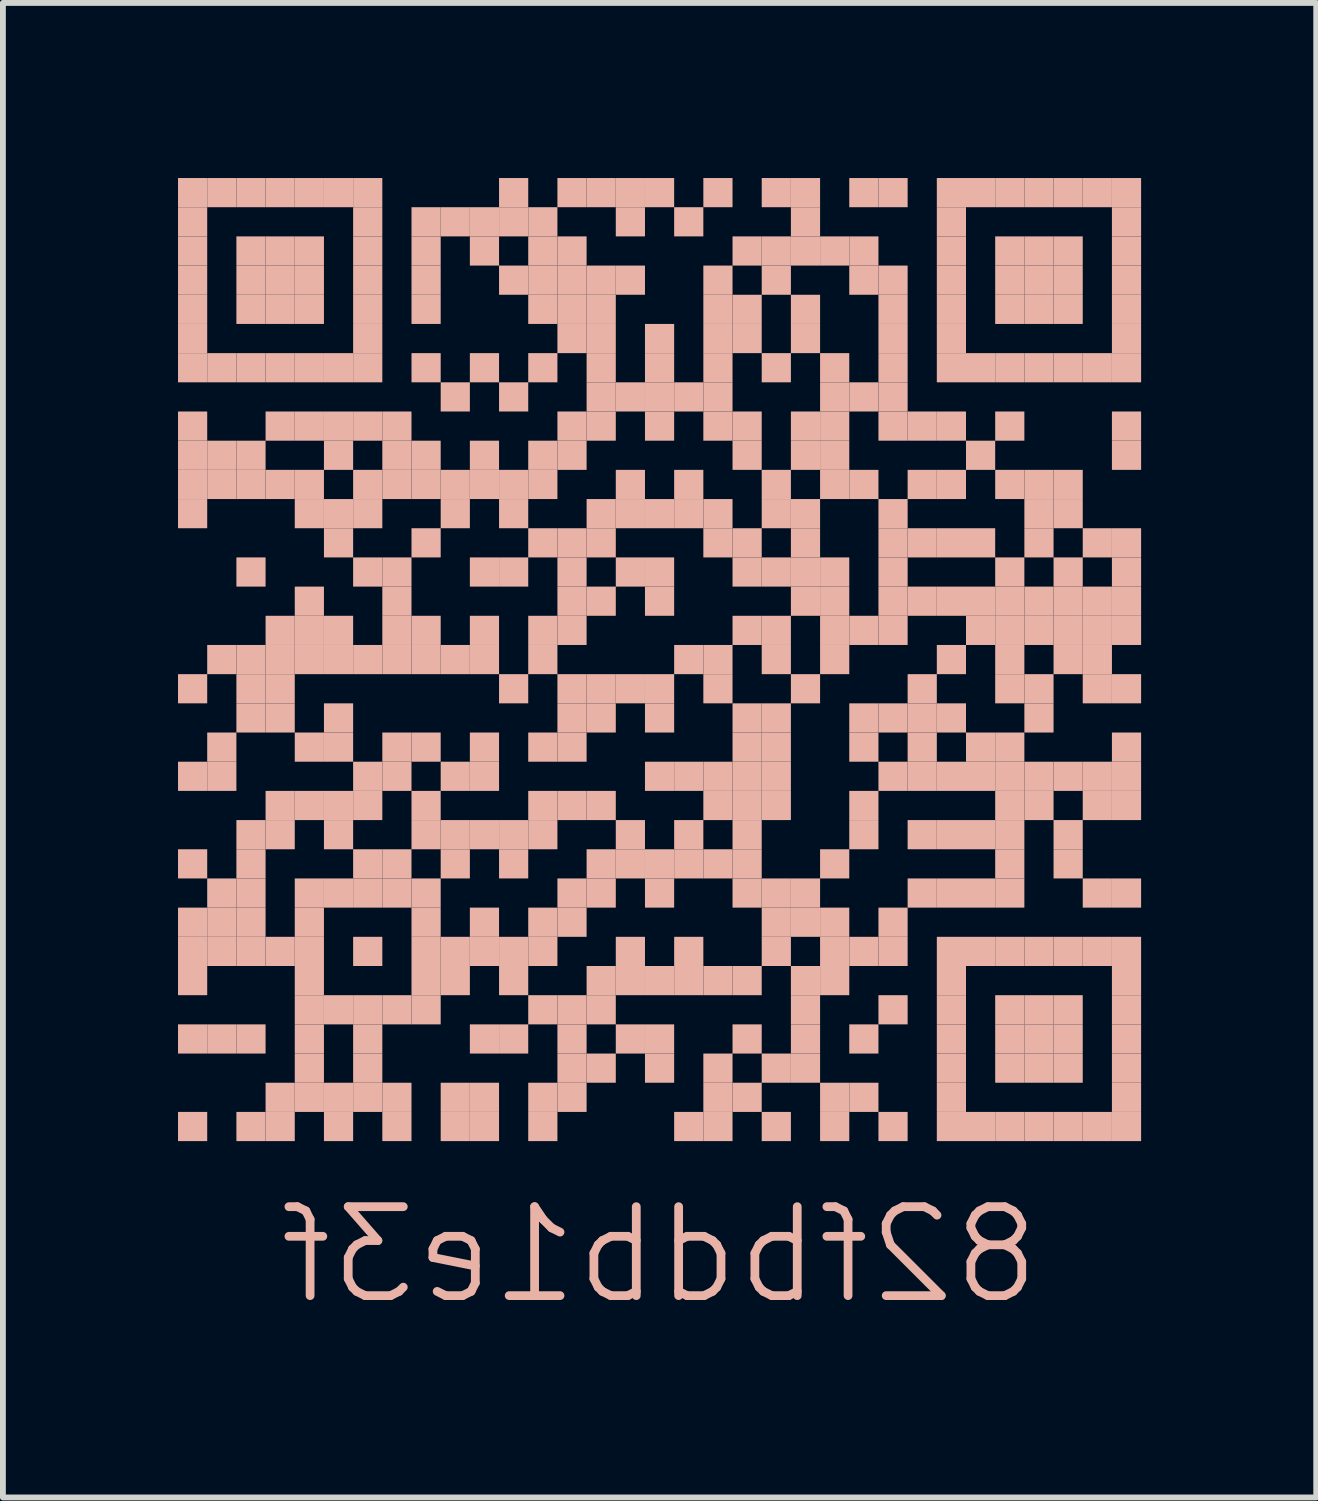
<source format=kicad_pcb>
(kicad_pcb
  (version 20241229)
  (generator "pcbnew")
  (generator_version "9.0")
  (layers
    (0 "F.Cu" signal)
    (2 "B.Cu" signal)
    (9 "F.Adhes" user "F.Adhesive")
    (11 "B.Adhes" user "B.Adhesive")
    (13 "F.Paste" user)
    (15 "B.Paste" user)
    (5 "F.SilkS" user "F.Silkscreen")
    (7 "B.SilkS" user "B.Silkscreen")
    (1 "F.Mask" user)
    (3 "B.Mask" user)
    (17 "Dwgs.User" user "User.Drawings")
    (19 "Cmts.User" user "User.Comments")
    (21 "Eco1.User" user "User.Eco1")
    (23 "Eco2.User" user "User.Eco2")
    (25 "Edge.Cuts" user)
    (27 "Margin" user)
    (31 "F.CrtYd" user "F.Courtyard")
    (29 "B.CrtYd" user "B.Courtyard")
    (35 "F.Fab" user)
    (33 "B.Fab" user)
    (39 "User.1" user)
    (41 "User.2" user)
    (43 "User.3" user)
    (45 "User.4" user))
  (footprint "82fbdb1e3f"
    (layer "F.Cu")
    (at 8.25 8.25)
    (property "Reference" "82fbdb1e3f" (at 0 10.2 0) (layer "B.SilkS") (effects (font (size 1.524 1.524) (thickness 0.15)) (justify mirror)))
    (attr through_hole)
    (fp_poly (pts (xy -7.75 -7.75) (xy -7.75 -8.25) (xy -8.25 -8.25) (xy -8.25 -7.75)) (stroke (width 0) (type solid)) (fill yes) (layer "B.SilkS"))
    (fp_poly (pts (xy -7.75 -7.25) (xy -7.75 -7.75) (xy -8.25 -7.75) (xy -8.25 -7.25)) (stroke (width 0) (type solid)) (fill yes) (layer "B.SilkS"))
    (fp_poly (pts (xy -7.75 -6.75) (xy -7.75 -7.25) (xy -8.25 -7.25) (xy -8.25 -6.75)) (stroke (width 0) (type solid)) (fill yes) (layer "B.SilkS"))
    (fp_poly (pts (xy -7.75 -6.25) (xy -7.75 -6.75) (xy -8.25 -6.75) (xy -8.25 -6.25)) (stroke (width 0) (type solid)) (fill yes) (layer "B.SilkS"))
    (fp_poly (pts (xy -7.75 -5.75) (xy -7.75 -6.25) (xy -8.25 -6.25) (xy -8.25 -5.75)) (stroke (width 0) (type solid)) (fill yes) (layer "B.SilkS"))
    (fp_poly (pts (xy -7.75 -5.25) (xy -7.75 -5.75) (xy -8.25 -5.75) (xy -8.25 -5.25)) (stroke (width 0) (type solid)) (fill yes) (layer "B.SilkS"))
    (fp_poly (pts (xy -7.75 -4.75) (xy -7.75 -5.25) (xy -8.25 -5.25) (xy -8.25 -4.75)) (stroke (width 0) (type solid)) (fill yes) (layer "B.SilkS"))
    (fp_poly (pts (xy -7.75 -3.75) (xy -7.75 -4.25) (xy -8.25 -4.25) (xy -8.25 -3.75)) (stroke (width 0) (type solid)) (fill yes) (layer "B.SilkS"))
    (fp_poly (pts (xy -7.75 -3.25) (xy -7.75 -3.75) (xy -8.25 -3.75) (xy -8.25 -3.25)) (stroke (width 0) (type solid)) (fill yes) (layer "B.SilkS"))
    (fp_poly (pts (xy -7.75 -2.75) (xy -7.75 -3.25) (xy -8.25 -3.25) (xy -8.25 -2.75)) (stroke (width 0) (type solid)) (fill yes) (layer "B.SilkS"))
    (fp_poly (pts (xy -7.75 -2.25) (xy -7.75 -2.75) (xy -8.25 -2.75) (xy -8.25 -2.25)) (stroke (width 0) (type solid)) (fill yes) (layer "B.SilkS"))
    (fp_poly (pts (xy -7.75 0.75) (xy -7.75 0.25) (xy -8.25 0.25) (xy -8.25 0.75)) (stroke (width 0) (type solid)) (fill yes) (layer "B.SilkS"))
    (fp_poly (pts (xy -7.75 2.25) (xy -7.75 1.75) (xy -8.25 1.75) (xy -8.25 2.25)) (stroke (width 0) (type solid)) (fill yes) (layer "B.SilkS"))
    (fp_poly (pts (xy -7.75 3.75) (xy -7.75 3.25) (xy -8.25 3.25) (xy -8.25 3.75)) (stroke (width 0) (type solid)) (fill yes) (layer "B.SilkS"))
    (fp_poly (pts (xy -7.75 4.75) (xy -7.75 4.25) (xy -8.25 4.25) (xy -8.25 4.75)) (stroke (width 0) (type solid)) (fill yes) (layer "B.SilkS"))
    (fp_poly (pts (xy -7.75 5.25) (xy -7.75 4.75) (xy -8.25 4.75) (xy -8.25 5.25)) (stroke (width 0) (type solid)) (fill yes) (layer "B.SilkS"))
    (fp_poly (pts (xy -7.75 5.75) (xy -7.75 5.25) (xy -8.25 5.25) (xy -8.25 5.75)) (stroke (width 0) (type solid)) (fill yes) (layer "B.SilkS"))
    (fp_poly (pts (xy -7.75 6.75) (xy -7.75 6.25) (xy -8.25 6.25) (xy -8.25 6.75)) (stroke (width 0) (type solid)) (fill yes) (layer "B.SilkS"))
    (fp_poly (pts (xy -7.75 8.25) (xy -7.75 7.75) (xy -8.25 7.75) (xy -8.25 8.25)) (stroke (width 0) (type solid)) (fill yes) (layer "B.SilkS"))
    (fp_poly (pts (xy -7.25 -7.75) (xy -7.25 -8.25) (xy -7.75 -8.25) (xy -7.75 -7.75)) (stroke (width 0) (type solid)) (fill yes) (layer "B.SilkS"))
    (fp_poly (pts (xy -7.25 -4.75) (xy -7.25 -5.25) (xy -7.75 -5.25) (xy -7.75 -4.75)) (stroke (width 0) (type solid)) (fill yes) (layer "B.SilkS"))
    (fp_poly (pts (xy -7.25 -3.25) (xy -7.25 -3.75) (xy -7.75 -3.75) (xy -7.75 -3.25)) (stroke (width 0) (type solid)) (fill yes) (layer "B.SilkS"))
    (fp_poly (pts (xy -7.25 -2.75) (xy -7.25 -3.25) (xy -7.75 -3.25) (xy -7.75 -2.75)) (stroke (width 0) (type solid)) (fill yes) (layer "B.SilkS"))
    (fp_poly (pts (xy -7.25 0.25) (xy -7.25 -0.25) (xy -7.75 -0.25) (xy -7.75 0.25)) (stroke (width 0) (type solid)) (fill yes) (layer "B.SilkS"))
    (fp_poly (pts (xy -7.25 1.75) (xy -7.25 1.25) (xy -7.75 1.25) (xy -7.75 1.75)) (stroke (width 0) (type solid)) (fill yes) (layer "B.SilkS"))
    (fp_poly (pts (xy -7.25 2.25) (xy -7.25 1.75) (xy -7.75 1.75) (xy -7.75 2.25)) (stroke (width 0) (type solid)) (fill yes) (layer "B.SilkS"))
    (fp_poly (pts (xy -7.25 4.25) (xy -7.25 3.75) (xy -7.75 3.75) (xy -7.75 4.25)) (stroke (width 0) (type solid)) (fill yes) (layer "B.SilkS"))
    (fp_poly (pts (xy -7.25 4.75) (xy -7.25 4.25) (xy -7.75 4.25) (xy -7.75 4.75)) (stroke (width 0) (type solid)) (fill yes) (layer "B.SilkS"))
    (fp_poly (pts (xy -7.25 5.25) (xy -7.25 4.75) (xy -7.75 4.75) (xy -7.75 5.25)) (stroke (width 0) (type solid)) (fill yes) (layer "B.SilkS"))
    (fp_poly (pts (xy -7.25 6.75) (xy -7.25 6.25) (xy -7.75 6.25) (xy -7.75 6.75)) (stroke (width 0) (type solid)) (fill yes) (layer "B.SilkS"))
    (fp_poly (pts (xy -6.75 -7.75) (xy -6.75 -8.25) (xy -7.25 -8.25) (xy -7.25 -7.75)) (stroke (width 0) (type solid)) (fill yes) (layer "B.SilkS"))
    (fp_poly (pts (xy -6.75 -6.75) (xy -6.75 -7.25) (xy -7.25 -7.25) (xy -7.25 -6.75)) (stroke (width 0) (type solid)) (fill yes) (layer "B.SilkS"))
    (fp_poly (pts (xy -6.75 -6.25) (xy -6.75 -6.75) (xy -7.25 -6.75) (xy -7.25 -6.25)) (stroke (width 0) (type solid)) (fill yes) (layer "B.SilkS"))
    (fp_poly (pts (xy -6.75 -5.75) (xy -6.75 -6.25) (xy -7.25 -6.25) (xy -7.25 -5.75)) (stroke (width 0) (type solid)) (fill yes) (layer "B.SilkS"))
    (fp_poly (pts (xy -6.75 -4.75) (xy -6.75 -5.25) (xy -7.25 -5.25) (xy -7.25 -4.75)) (stroke (width 0) (type solid)) (fill yes) (layer "B.SilkS"))
    (fp_poly (pts (xy -6.75 -3.25) (xy -6.75 -3.75) (xy -7.25 -3.75) (xy -7.25 -3.25)) (stroke (width 0) (type solid)) (fill yes) (layer "B.SilkS"))
    (fp_poly (pts (xy -6.75 -2.75) (xy -6.75 -3.25) (xy -7.25 -3.25) (xy -7.25 -2.75)) (stroke (width 0) (type solid)) (fill yes) (layer "B.SilkS"))
    (fp_poly (pts (xy -6.75 -1.25) (xy -6.75 -1.75) (xy -7.25 -1.75) (xy -7.25 -1.25)) (stroke (width 0) (type solid)) (fill yes) (layer "B.SilkS"))
    (fp_poly (pts (xy -6.75 0.25) (xy -6.75 -0.25) (xy -7.25 -0.25) (xy -7.25 0.25)) (stroke (width 0) (type solid)) (fill yes) (layer "B.SilkS"))
    (fp_poly (pts (xy -6.75 0.75) (xy -6.75 0.25) (xy -7.25 0.25) (xy -7.25 0.75)) (stroke (width 0) (type solid)) (fill yes) (layer "B.SilkS"))
    (fp_poly (pts (xy -6.75 1.25) (xy -6.75 0.75) (xy -7.25 0.75) (xy -7.25 1.25)) (stroke (width 0) (type solid)) (fill yes) (layer "B.SilkS"))
    (fp_poly (pts (xy -6.75 3.25) (xy -6.75 2.75) (xy -7.25 2.75) (xy -7.25 3.25)) (stroke (width 0) (type solid)) (fill yes) (layer "B.SilkS"))
    (fp_poly (pts (xy -6.75 3.75) (xy -6.75 3.25) (xy -7.25 3.25) (xy -7.25 3.75)) (stroke (width 0) (type solid)) (fill yes) (layer "B.SilkS"))
    (fp_poly (pts (xy -6.75 4.25) (xy -6.75 3.75) (xy -7.25 3.75) (xy -7.25 4.25)) (stroke (width 0) (type solid)) (fill yes) (layer "B.SilkS"))
    (fp_poly (pts (xy -6.75 4.75) (xy -6.75 4.25) (xy -7.25 4.25) (xy -7.25 4.75)) (stroke (width 0) (type solid)) (fill yes) (layer "B.SilkS"))
    (fp_poly (pts (xy -6.75 5.25) (xy -6.75 4.75) (xy -7.25 4.75) (xy -7.25 5.25)) (stroke (width 0) (type solid)) (fill yes) (layer "B.SilkS"))
    (fp_poly (pts (xy -6.75 6.75) (xy -6.75 6.25) (xy -7.25 6.25) (xy -7.25 6.75)) (stroke (width 0) (type solid)) (fill yes) (layer "B.SilkS"))
    (fp_poly (pts (xy -6.75 8.25) (xy -6.75 7.75) (xy -7.25 7.75) (xy -7.25 8.25)) (stroke (width 0) (type solid)) (fill yes) (layer "B.SilkS"))
    (fp_poly (pts (xy -6.25 -7.75) (xy -6.25 -8.25) (xy -6.75 -8.25) (xy -6.75 -7.75)) (stroke (width 0) (type solid)) (fill yes) (layer "B.SilkS"))
    (fp_poly (pts (xy -6.25 -6.75) (xy -6.25 -7.25) (xy -6.75 -7.25) (xy -6.75 -6.75)) (stroke (width 0) (type solid)) (fill yes) (layer "B.SilkS"))
    (fp_poly (pts (xy -6.25 -6.25) (xy -6.25 -6.75) (xy -6.75 -6.75) (xy -6.75 -6.25)) (stroke (width 0) (type solid)) (fill yes) (layer "B.SilkS"))
    (fp_poly (pts (xy -6.25 -5.75) (xy -6.25 -6.25) (xy -6.75 -6.25) (xy -6.75 -5.75)) (stroke (width 0) (type solid)) (fill yes) (layer "B.SilkS"))
    (fp_poly (pts (xy -6.25 -4.75) (xy -6.25 -5.25) (xy -6.75 -5.25) (xy -6.75 -4.75)) (stroke (width 0) (type solid)) (fill yes) (layer "B.SilkS"))
    (fp_poly (pts (xy -6.25 -3.75) (xy -6.25 -4.25) (xy -6.75 -4.25) (xy -6.75 -3.75)) (stroke (width 0) (type solid)) (fill yes) (layer "B.SilkS"))
    (fp_poly (pts (xy -6.25 -2.75) (xy -6.25 -3.25) (xy -6.75 -3.25) (xy -6.75 -2.75)) (stroke (width 0) (type solid)) (fill yes) (layer "B.SilkS"))
    (fp_poly (pts (xy -6.25 -0.25) (xy -6.25 -0.75) (xy -6.75 -0.75) (xy -6.75 -0.25)) (stroke (width 0) (type solid)) (fill yes) (layer "B.SilkS"))
    (fp_poly (pts (xy -6.25 0.25) (xy -6.25 -0.25) (xy -6.75 -0.25) (xy -6.75 0.25)) (stroke (width 0) (type solid)) (fill yes) (layer "B.SilkS"))
    (fp_poly (pts (xy -6.25 0.75) (xy -6.25 0.25) (xy -6.75 0.25) (xy -6.75 0.75)) (stroke (width 0) (type solid)) (fill yes) (layer "B.SilkS"))
    (fp_poly (pts (xy -6.25 1.25) (xy -6.25 0.75) (xy -6.75 0.75) (xy -6.75 1.25)) (stroke (width 0) (type solid)) (fill yes) (layer "B.SilkS"))
    (fp_poly (pts (xy -6.25 2.75) (xy -6.25 2.25) (xy -6.75 2.25) (xy -6.75 2.75)) (stroke (width 0) (type solid)) (fill yes) (layer "B.SilkS"))
    (fp_poly (pts (xy -6.25 3.25) (xy -6.25 2.75) (xy -6.75 2.75) (xy -6.75 3.25)) (stroke (width 0) (type solid)) (fill yes) (layer "B.SilkS"))
    (fp_poly (pts (xy -6.25 5.25) (xy -6.25 4.75) (xy -6.75 4.75) (xy -6.75 5.25)) (stroke (width 0) (type solid)) (fill yes) (layer "B.SilkS"))
    (fp_poly (pts (xy -6.25 7.75) (xy -6.25 7.25) (xy -6.75 7.25) (xy -6.75 7.75)) (stroke (width 0) (type solid)) (fill yes) (layer "B.SilkS"))
    (fp_poly (pts (xy -6.25 8.25) (xy -6.25 7.75) (xy -6.75 7.75) (xy -6.75 8.25)) (stroke (width 0) (type solid)) (fill yes) (layer "B.SilkS"))
    (fp_poly (pts (xy -5.75 -7.75) (xy -5.75 -8.25) (xy -6.25 -8.25) (xy -6.25 -7.75)) (stroke (width 0) (type solid)) (fill yes) (layer "B.SilkS"))
    (fp_poly (pts (xy -5.75 -6.75) (xy -5.75 -7.25) (xy -6.25 -7.25) (xy -6.25 -6.75)) (stroke (width 0) (type solid)) (fill yes) (layer "B.SilkS"))
    (fp_poly (pts (xy -5.75 -6.25) (xy -5.75 -6.75) (xy -6.25 -6.75) (xy -6.25 -6.25)) (stroke (width 0) (type solid)) (fill yes) (layer "B.SilkS"))
    (fp_poly (pts (xy -5.75 -5.75) (xy -5.75 -6.25) (xy -6.25 -6.25) (xy -6.25 -5.75)) (stroke (width 0) (type solid)) (fill yes) (layer "B.SilkS"))
    (fp_poly (pts (xy -5.75 -4.75) (xy -5.75 -5.25) (xy -6.25 -5.25) (xy -6.25 -4.75)) (stroke (width 0) (type solid)) (fill yes) (layer "B.SilkS"))
    (fp_poly (pts (xy -5.75 -3.75) (xy -5.75 -4.25) (xy -6.25 -4.25) (xy -6.25 -3.75)) (stroke (width 0) (type solid)) (fill yes) (layer "B.SilkS"))
    (fp_poly (pts (xy -5.75 -2.75) (xy -5.75 -3.25) (xy -6.25 -3.25) (xy -6.25 -2.75)) (stroke (width 0) (type solid)) (fill yes) (layer "B.SilkS"))
    (fp_poly (pts (xy -5.75 -2.25) (xy -5.75 -2.75) (xy -6.25 -2.75) (xy -6.25 -2.25)) (stroke (width 0) (type solid)) (fill yes) (layer "B.SilkS"))
    (fp_poly (pts (xy -5.75 -0.75) (xy -5.75 -1.25) (xy -6.25 -1.25) (xy -6.25 -0.75)) (stroke (width 0) (type solid)) (fill yes) (layer "B.SilkS"))
    (fp_poly (pts (xy -5.75 -0.25) (xy -5.75 -0.75) (xy -6.25 -0.75) (xy -6.25 -0.25)) (stroke (width 0) (type solid)) (fill yes) (layer "B.SilkS"))
    (fp_poly (pts (xy -5.75 0.25) (xy -5.75 -0.25) (xy -6.25 -0.25) (xy -6.25 0.25)) (stroke (width 0) (type solid)) (fill yes) (layer "B.SilkS"))
    (fp_poly (pts (xy -5.75 1.75) (xy -5.75 1.25) (xy -6.25 1.25) (xy -6.25 1.75)) (stroke (width 0) (type solid)) (fill yes) (layer "B.SilkS"))
    (fp_poly (pts (xy -5.75 2.75) (xy -5.75 2.25) (xy -6.25 2.25) (xy -6.25 2.75)) (stroke (width 0) (type solid)) (fill yes) (layer "B.SilkS"))
    (fp_poly (pts (xy -5.75 4.25) (xy -5.75 3.75) (xy -6.25 3.75) (xy -6.25 4.25)) (stroke (width 0) (type solid)) (fill yes) (layer "B.SilkS"))
    (fp_poly (pts (xy -5.75 4.75) (xy -5.75 4.25) (xy -6.25 4.25) (xy -6.25 4.75)) (stroke (width 0) (type solid)) (fill yes) (layer "B.SilkS"))
    (fp_poly (pts (xy -5.75 5.25) (xy -5.75 4.75) (xy -6.25 4.75) (xy -6.25 5.25)) (stroke (width 0) (type solid)) (fill yes) (layer "B.SilkS"))
    (fp_poly (pts (xy -5.75 5.75) (xy -5.75 5.25) (xy -6.25 5.25) (xy -6.25 5.75)) (stroke (width 0) (type solid)) (fill yes) (layer "B.SilkS"))
    (fp_poly (pts (xy -5.75 6.25) (xy -5.75 5.75) (xy -6.25 5.75) (xy -6.25 6.25)) (stroke (width 0) (type solid)) (fill yes) (layer "B.SilkS"))
    (fp_poly (pts (xy -5.75 6.75) (xy -5.75 6.25) (xy -6.25 6.25) (xy -6.25 6.75)) (stroke (width 0) (type solid)) (fill yes) (layer "B.SilkS"))
    (fp_poly (pts (xy -5.75 7.25) (xy -5.75 6.75) (xy -6.25 6.75) (xy -6.25 7.25)) (stroke (width 0) (type solid)) (fill yes) (layer "B.SilkS"))
    (fp_poly (pts (xy -5.75 7.75) (xy -5.75 7.25) (xy -6.25 7.25) (xy -6.25 7.75)) (stroke (width 0) (type solid)) (fill yes) (layer "B.SilkS"))
    (fp_poly (pts (xy -5.25 -7.75) (xy -5.25 -8.25) (xy -5.75 -8.25) (xy -5.75 -7.75)) (stroke (width 0) (type solid)) (fill yes) (layer "B.SilkS"))
    (fp_poly (pts (xy -5.25 -4.75) (xy -5.25 -5.25) (xy -5.75 -5.25) (xy -5.75 -4.75)) (stroke (width 0) (type solid)) (fill yes) (layer "B.SilkS"))
    (fp_poly (pts (xy -5.25 -3.75) (xy -5.25 -4.25) (xy -5.75 -4.25) (xy -5.75 -3.75)) (stroke (width 0) (type solid)) (fill yes) (layer "B.SilkS"))
    (fp_poly (pts (xy -5.25 -3.25) (xy -5.25 -3.75) (xy -5.75 -3.75) (xy -5.75 -3.25)) (stroke (width 0) (type solid)) (fill yes) (layer "B.SilkS"))
    (fp_poly (pts (xy -5.25 -2.25) (xy -5.25 -2.75) (xy -5.75 -2.75) (xy -5.75 -2.25)) (stroke (width 0) (type solid)) (fill yes) (layer "B.SilkS"))
    (fp_poly (pts (xy -5.25 -1.75) (xy -5.25 -2.25) (xy -5.75 -2.25) (xy -5.75 -1.75)) (stroke (width 0) (type solid)) (fill yes) (layer "B.SilkS"))
    (fp_poly (pts (xy -5.25 -0.25) (xy -5.25 -0.75) (xy -5.75 -0.75) (xy -5.75 -0.25)) (stroke (width 0) (type solid)) (fill yes) (layer "B.SilkS"))
    (fp_poly (pts (xy -5.25 0.25) (xy -5.25 -0.25) (xy -5.75 -0.25) (xy -5.75 0.25)) (stroke (width 0) (type solid)) (fill yes) (layer "B.SilkS"))
    (fp_poly (pts (xy -5.25 1.25) (xy -5.25 0.75) (xy -5.75 0.75) (xy -5.75 1.25)) (stroke (width 0) (type solid)) (fill yes) (layer "B.SilkS"))
    (fp_poly (pts (xy -5.25 1.75) (xy -5.25 1.25) (xy -5.75 1.25) (xy -5.75 1.75)) (stroke (width 0) (type solid)) (fill yes) (layer "B.SilkS"))
    (fp_poly (pts (xy -5.25 2.75) (xy -5.25 2.25) (xy -5.75 2.25) (xy -5.75 2.75)) (stroke (width 0) (type solid)) (fill yes) (layer "B.SilkS"))
    (fp_poly (pts (xy -5.25 3.25) (xy -5.25 2.75) (xy -5.75 2.75) (xy -5.75 3.25)) (stroke (width 0) (type solid)) (fill yes) (layer "B.SilkS"))
    (fp_poly (pts (xy -5.25 4.25) (xy -5.25 3.75) (xy -5.75 3.75) (xy -5.75 4.25)) (stroke (width 0) (type solid)) (fill yes) (layer "B.SilkS"))
    (fp_poly (pts (xy -5.25 6.25) (xy -5.25 5.75) (xy -5.75 5.75) (xy -5.75 6.25)) (stroke (width 0) (type solid)) (fill yes) (layer "B.SilkS"))
    (fp_poly (pts (xy -5.25 7.75) (xy -5.25 7.25) (xy -5.75 7.25) (xy -5.75 7.75)) (stroke (width 0) (type solid)) (fill yes) (layer "B.SilkS"))
    (fp_poly (pts (xy -5.25 8.25) (xy -5.25 7.75) (xy -5.75 7.75) (xy -5.75 8.25)) (stroke (width 0) (type solid)) (fill yes) (layer "B.SilkS"))
    (fp_poly (pts (xy -4.75 -7.75) (xy -4.75 -8.25) (xy -5.25 -8.25) (xy -5.25 -7.75)) (stroke (width 0) (type solid)) (fill yes) (layer "B.SilkS"))
    (fp_poly (pts (xy -4.75 -7.25) (xy -4.75 -7.75) (xy -5.25 -7.75) (xy -5.25 -7.25)) (stroke (width 0) (type solid)) (fill yes) (layer "B.SilkS"))
    (fp_poly (pts (xy -4.75 -6.75) (xy -4.75 -7.25) (xy -5.25 -7.25) (xy -5.25 -6.75)) (stroke (width 0) (type solid)) (fill yes) (layer "B.SilkS"))
    (fp_poly (pts (xy -4.75 -6.25) (xy -4.75 -6.75) (xy -5.25 -6.75) (xy -5.25 -6.25)) (stroke (width 0) (type solid)) (fill yes) (layer "B.SilkS"))
    (fp_poly (pts (xy -4.75 -5.75) (xy -4.75 -6.25) (xy -5.25 -6.25) (xy -5.25 -5.75)) (stroke (width 0) (type solid)) (fill yes) (layer "B.SilkS"))
    (fp_poly (pts (xy -4.75 -5.25) (xy -4.75 -5.75) (xy -5.25 -5.75) (xy -5.25 -5.25)) (stroke (width 0) (type solid)) (fill yes) (layer "B.SilkS"))
    (fp_poly (pts (xy -4.75 -4.75) (xy -4.75 -5.25) (xy -5.25 -5.25) (xy -5.25 -4.75)) (stroke (width 0) (type solid)) (fill yes) (layer "B.SilkS"))
    (fp_poly (pts (xy -4.75 -3.75) (xy -4.75 -4.25) (xy -5.25 -4.25) (xy -5.25 -3.75)) (stroke (width 0) (type solid)) (fill yes) (layer "B.SilkS"))
    (fp_poly (pts (xy -4.75 -2.75) (xy -4.75 -3.25) (xy -5.25 -3.25) (xy -5.25 -2.75)) (stroke (width 0) (type solid)) (fill yes) (layer "B.SilkS"))
    (fp_poly (pts (xy -4.75 -2.25) (xy -4.75 -2.75) (xy -5.25 -2.75) (xy -5.25 -2.25)) (stroke (width 0) (type solid)) (fill yes) (layer "B.SilkS"))
    (fp_poly (pts (xy -4.75 -1.25) (xy -4.75 -1.75) (xy -5.25 -1.75) (xy -5.25 -1.25)) (stroke (width 0) (type solid)) (fill yes) (layer "B.SilkS"))
    (fp_poly (pts (xy -4.75 0.25) (xy -4.75 -0.25) (xy -5.25 -0.25) (xy -5.25 0.25)) (stroke (width 0) (type solid)) (fill yes) (layer "B.SilkS"))
    (fp_poly (pts (xy -4.75 2.25) (xy -4.75 1.75) (xy -5.25 1.75) (xy -5.25 2.25)) (stroke (width 0) (type solid)) (fill yes) (layer "B.SilkS"))
    (fp_poly (pts (xy -4.75 2.75) (xy -4.75 2.25) (xy -5.25 2.25) (xy -5.25 2.75)) (stroke (width 0) (type solid)) (fill yes) (layer "B.SilkS"))
    (fp_poly (pts (xy -4.75 3.75) (xy -4.75 3.25) (xy -5.25 3.25) (xy -5.25 3.75)) (stroke (width 0) (type solid)) (fill yes) (layer "B.SilkS"))
    (fp_poly (pts (xy -4.75 4.25) (xy -4.75 3.75) (xy -5.25 3.75) (xy -5.25 4.25)) (stroke (width 0) (type solid)) (fill yes) (layer "B.SilkS"))
    (fp_poly (pts (xy -4.75 5.25) (xy -4.75 4.75) (xy -5.25 4.75) (xy -5.25 5.25)) (stroke (width 0) (type solid)) (fill yes) (layer "B.SilkS"))
    (fp_poly (pts (xy -4.75 6.25) (xy -4.75 5.75) (xy -5.25 5.75) (xy -5.25 6.25)) (stroke (width 0) (type solid)) (fill yes) (layer "B.SilkS"))
    (fp_poly (pts (xy -4.75 6.75) (xy -4.75 6.25) (xy -5.25 6.25) (xy -5.25 6.75)) (stroke (width 0) (type solid)) (fill yes) (layer "B.SilkS"))
    (fp_poly (pts (xy -4.75 7.25) (xy -4.75 6.75) (xy -5.25 6.75) (xy -5.25 7.25)) (stroke (width 0) (type solid)) (fill yes) (layer "B.SilkS"))
    (fp_poly (pts (xy -4.75 7.75) (xy -4.75 7.25) (xy -5.25 7.25) (xy -5.25 7.75)) (stroke (width 0) (type solid)) (fill yes) (layer "B.SilkS"))
    (fp_poly (pts (xy -4.25 -3.75) (xy -4.25 -4.25) (xy -4.75 -4.25) (xy -4.75 -3.75)) (stroke (width 0) (type solid)) (fill yes) (layer "B.SilkS"))
    (fp_poly (pts (xy -4.25 -3.25) (xy -4.25 -3.75) (xy -4.75 -3.75) (xy -4.75 -3.25)) (stroke (width 0) (type solid)) (fill yes) (layer "B.SilkS"))
    (fp_poly (pts (xy -4.25 -2.75) (xy -4.25 -3.25) (xy -4.75 -3.25) (xy -4.75 -2.75)) (stroke (width 0) (type solid)) (fill yes) (layer "B.SilkS"))
    (fp_poly (pts (xy -4.25 -1.25) (xy -4.25 -1.75) (xy -4.75 -1.75) (xy -4.75 -1.25)) (stroke (width 0) (type solid)) (fill yes) (layer "B.SilkS"))
    (fp_poly (pts (xy -4.25 -0.75) (xy -4.25 -1.25) (xy -4.75 -1.25) (xy -4.75 -0.75)) (stroke (width 0) (type solid)) (fill yes) (layer "B.SilkS"))
    (fp_poly (pts (xy -4.25 -0.25) (xy -4.25 -0.75) (xy -4.75 -0.75) (xy -4.75 -0.25)) (stroke (width 0) (type solid)) (fill yes) (layer "B.SilkS"))
    (fp_poly (pts (xy -4.25 0.25) (xy -4.25 -0.25) (xy -4.75 -0.25) (xy -4.75 0.25)) (stroke (width 0) (type solid)) (fill yes) (layer "B.SilkS"))
    (fp_poly (pts (xy -4.25 1.75) (xy -4.25 1.25) (xy -4.75 1.25) (xy -4.75 1.75)) (stroke (width 0) (type solid)) (fill yes) (layer "B.SilkS"))
    (fp_poly (pts (xy -4.25 2.25) (xy -4.25 1.75) (xy -4.75 1.75) (xy -4.75 2.25)) (stroke (width 0) (type solid)) (fill yes) (layer "B.SilkS"))
    (fp_poly (pts (xy -4.25 3.75) (xy -4.25 3.25) (xy -4.75 3.25) (xy -4.75 3.75)) (stroke (width 0) (type solid)) (fill yes) (layer "B.SilkS"))
    (fp_poly (pts (xy -4.25 4.25) (xy -4.25 3.75) (xy -4.75 3.75) (xy -4.75 4.25)) (stroke (width 0) (type solid)) (fill yes) (layer "B.SilkS"))
    (fp_poly (pts (xy -4.25 6.25) (xy -4.25 5.75) (xy -4.75 5.75) (xy -4.75 6.25)) (stroke (width 0) (type solid)) (fill yes) (layer "B.SilkS"))
    (fp_poly (pts (xy -4.25 7.75) (xy -4.25 7.25) (xy -4.75 7.25) (xy -4.75 7.75)) (stroke (width 0) (type solid)) (fill yes) (layer "B.SilkS"))
    (fp_poly (pts (xy -4.25 8.25) (xy -4.25 7.75) (xy -4.75 7.75) (xy -4.75 8.25)) (stroke (width 0) (type solid)) (fill yes) (layer "B.SilkS"))
    (fp_poly (pts (xy -3.75 -7.25) (xy -3.75 -7.75) (xy -4.25 -7.75) (xy -4.25 -7.25)) (stroke (width 0) (type solid)) (fill yes) (layer "B.SilkS"))
    (fp_poly (pts (xy -3.75 -6.75) (xy -3.75 -7.25) (xy -4.25 -7.25) (xy -4.25 -6.75)) (stroke (width 0) (type solid)) (fill yes) (layer "B.SilkS"))
    (fp_poly (pts (xy -3.75 -6.25) (xy -3.75 -6.75) (xy -4.25 -6.75) (xy -4.25 -6.25)) (stroke (width 0) (type solid)) (fill yes) (layer "B.SilkS"))
    (fp_poly (pts (xy -3.75 -5.75) (xy -3.75 -6.25) (xy -4.25 -6.25) (xy -4.25 -5.75)) (stroke (width 0) (type solid)) (fill yes) (layer "B.SilkS"))
    (fp_poly (pts (xy -3.75 -4.75) (xy -3.75 -5.25) (xy -4.25 -5.25) (xy -4.25 -4.75)) (stroke (width 0) (type solid)) (fill yes) (layer "B.SilkS"))
    (fp_poly (pts (xy -3.75 -3.25) (xy -3.75 -3.75) (xy -4.25 -3.75) (xy -4.25 -3.25)) (stroke (width 0) (type solid)) (fill yes) (layer "B.SilkS"))
    (fp_poly (pts (xy -3.75 -2.75) (xy -3.75 -3.25) (xy -4.25 -3.25) (xy -4.25 -2.75)) (stroke (width 0) (type solid)) (fill yes) (layer "B.SilkS"))
    (fp_poly (pts (xy -3.75 -1.75) (xy -3.75 -2.25) (xy -4.25 -2.25) (xy -4.25 -1.75)) (stroke (width 0) (type solid)) (fill yes) (layer "B.SilkS"))
    (fp_poly (pts (xy -3.75 -0.25) (xy -3.75 -0.75) (xy -4.25 -0.75) (xy -4.25 -0.25)) (stroke (width 0) (type solid)) (fill yes) (layer "B.SilkS"))
    (fp_poly (pts (xy -3.75 0.25) (xy -3.75 -0.25) (xy -4.25 -0.25) (xy -4.25 0.25)) (stroke (width 0) (type solid)) (fill yes) (layer "B.SilkS"))
    (fp_poly (pts (xy -3.75 1.75) (xy -3.75 1.25) (xy -4.25 1.25) (xy -4.25 1.75)) (stroke (width 0) (type solid)) (fill yes) (layer "B.SilkS"))
    (fp_poly (pts (xy -3.75 2.75) (xy -3.75 2.25) (xy -4.25 2.25) (xy -4.25 2.75)) (stroke (width 0) (type solid)) (fill yes) (layer "B.SilkS"))
    (fp_poly (pts (xy -3.75 3.25) (xy -3.75 2.75) (xy -4.25 2.75) (xy -4.25 3.25)) (stroke (width 0) (type solid)) (fill yes) (layer "B.SilkS"))
    (fp_poly (pts (xy -3.75 4.25) (xy -3.75 3.75) (xy -4.25 3.75) (xy -4.25 4.25)) (stroke (width 0) (type solid)) (fill yes) (layer "B.SilkS"))
    (fp_poly (pts (xy -3.75 4.75) (xy -3.75 4.25) (xy -4.25 4.25) (xy -4.25 4.75)) (stroke (width 0) (type solid)) (fill yes) (layer "B.SilkS"))
    (fp_poly (pts (xy -3.75 5.25) (xy -3.75 4.75) (xy -4.25 4.75) (xy -4.25 5.25)) (stroke (width 0) (type solid)) (fill yes) (layer "B.SilkS"))
    (fp_poly (pts (xy -3.75 5.75) (xy -3.75 5.25) (xy -4.25 5.25) (xy -4.25 5.75)) (stroke (width 0) (type solid)) (fill yes) (layer "B.SilkS"))
    (fp_poly (pts (xy -3.75 6.25) (xy -3.75 5.75) (xy -4.25 5.75) (xy -4.25 6.25)) (stroke (width 0) (type solid)) (fill yes) (layer "B.SilkS"))
    (fp_poly (pts (xy -3.25 -7.25) (xy -3.25 -7.75) (xy -3.75 -7.75) (xy -3.75 -7.25)) (stroke (width 0) (type solid)) (fill yes) (layer "B.SilkS"))
    (fp_poly (pts (xy -3.25 -4.25) (xy -3.25 -4.75) (xy -3.75 -4.75) (xy -3.75 -4.25)) (stroke (width 0) (type solid)) (fill yes) (layer "B.SilkS"))
    (fp_poly (pts (xy -3.25 -2.75) (xy -3.25 -3.25) (xy -3.75 -3.25) (xy -3.75 -2.75)) (stroke (width 0) (type solid)) (fill yes) (layer "B.SilkS"))
    (fp_poly (pts (xy -3.25 -2.25) (xy -3.25 -2.75) (xy -3.75 -2.75) (xy -3.75 -2.25)) (stroke (width 0) (type solid)) (fill yes) (layer "B.SilkS"))
    (fp_poly (pts (xy -3.25 0.25) (xy -3.25 -0.25) (xy -3.75 -0.25) (xy -3.75 0.25)) (stroke (width 0) (type solid)) (fill yes) (layer "B.SilkS"))
    (fp_poly (pts (xy -3.25 2.25) (xy -3.25 1.75) (xy -3.75 1.75) (xy -3.75 2.25)) (stroke (width 0) (type solid)) (fill yes) (layer "B.SilkS"))
    (fp_poly (pts (xy -3.25 3.25) (xy -3.25 2.75) (xy -3.75 2.75) (xy -3.75 3.25)) (stroke (width 0) (type solid)) (fill yes) (layer "B.SilkS"))
    (fp_poly (pts (xy -3.25 3.75) (xy -3.25 3.25) (xy -3.75 3.25) (xy -3.75 3.75)) (stroke (width 0) (type solid)) (fill yes) (layer "B.SilkS"))
    (fp_poly (pts (xy -3.25 5.25) (xy -3.25 4.75) (xy -3.75 4.75) (xy -3.75 5.25)) (stroke (width 0) (type solid)) (fill yes) (layer "B.SilkS"))
    (fp_poly (pts (xy -3.25 5.75) (xy -3.25 5.25) (xy -3.75 5.25) (xy -3.75 5.75)) (stroke (width 0) (type solid)) (fill yes) (layer "B.SilkS"))
    (fp_poly (pts (xy -3.25 7.75) (xy -3.25 7.25) (xy -3.75 7.25) (xy -3.75 7.75)) (stroke (width 0) (type solid)) (fill yes) (layer "B.SilkS"))
    (fp_poly (pts (xy -3.25 8.25) (xy -3.25 7.75) (xy -3.75 7.75) (xy -3.75 8.25)) (stroke (width 0) (type solid)) (fill yes) (layer "B.SilkS"))
    (fp_poly (pts (xy -2.75 -7.25) (xy -2.75 -7.75) (xy -3.25 -7.75) (xy -3.25 -7.25)) (stroke (width 0) (type solid)) (fill yes) (layer "B.SilkS"))
    (fp_poly (pts (xy -2.75 -6.75) (xy -2.75 -7.25) (xy -3.25 -7.25) (xy -3.25 -6.75)) (stroke (width 0) (type solid)) (fill yes) (layer "B.SilkS"))
    (fp_poly (pts (xy -2.75 -4.75) (xy -2.75 -5.25) (xy -3.25 -5.25) (xy -3.25 -4.75)) (stroke (width 0) (type solid)) (fill yes) (layer "B.SilkS"))
    (fp_poly (pts (xy -2.75 -3.25) (xy -2.75 -3.75) (xy -3.25 -3.75) (xy -3.25 -3.25)) (stroke (width 0) (type solid)) (fill yes) (layer "B.SilkS"))
    (fp_poly (pts (xy -2.75 -2.75) (xy -2.75 -3.25) (xy -3.25 -3.25) (xy -3.25 -2.75)) (stroke (width 0) (type solid)) (fill yes) (layer "B.SilkS"))
    (fp_poly (pts (xy -2.75 -1.25) (xy -2.75 -1.75) (xy -3.25 -1.75) (xy -3.25 -1.25)) (stroke (width 0) (type solid)) (fill yes) (layer "B.SilkS"))
    (fp_poly (pts (xy -2.75 -0.25) (xy -2.75 -0.75) (xy -3.25 -0.75) (xy -3.25 -0.25)) (stroke (width 0) (type solid)) (fill yes) (layer "B.SilkS"))
    (fp_poly (pts (xy -2.75 0.25) (xy -2.75 -0.25) (xy -3.25 -0.25) (xy -3.25 0.25)) (stroke (width 0) (type solid)) (fill yes) (layer "B.SilkS"))
    (fp_poly (pts (xy -2.75 1.75) (xy -2.75 1.25) (xy -3.25 1.25) (xy -3.25 1.75)) (stroke (width 0) (type solid)) (fill yes) (layer "B.SilkS"))
    (fp_poly (pts (xy -2.75 2.25) (xy -2.75 1.75) (xy -3.25 1.75) (xy -3.25 2.25)) (stroke (width 0) (type solid)) (fill yes) (layer "B.SilkS"))
    (fp_poly (pts (xy -2.75 3.25) (xy -2.75 2.75) (xy -3.25 2.75) (xy -3.25 3.25)) (stroke (width 0) (type solid)) (fill yes) (layer "B.SilkS"))
    (fp_poly (pts (xy -2.75 4.75) (xy -2.75 4.25) (xy -3.25 4.25) (xy -3.25 4.75)) (stroke (width 0) (type solid)) (fill yes) (layer "B.SilkS"))
    (fp_poly (pts (xy -2.75 5.25) (xy -2.75 4.75) (xy -3.25 4.75) (xy -3.25 5.25)) (stroke (width 0) (type solid)) (fill yes) (layer "B.SilkS"))
    (fp_poly (pts (xy -2.75 6.75) (xy -2.75 6.25) (xy -3.25 6.25) (xy -3.25 6.75)) (stroke (width 0) (type solid)) (fill yes) (layer "B.SilkS"))
    (fp_poly (pts (xy -2.75 7.75) (xy -2.75 7.25) (xy -3.25 7.25) (xy -3.25 7.75)) (stroke (width 0) (type solid)) (fill yes) (layer "B.SilkS"))
    (fp_poly (pts (xy -2.75 8.25) (xy -2.75 7.75) (xy -3.25 7.75) (xy -3.25 8.25)) (stroke (width 0) (type solid)) (fill yes) (layer "B.SilkS"))
    (fp_poly (pts (xy -2.25 -7.75) (xy -2.25 -8.25) (xy -2.75 -8.25) (xy -2.75 -7.75)) (stroke (width 0) (type solid)) (fill yes) (layer "B.SilkS"))
    (fp_poly (pts (xy -2.25 -7.25) (xy -2.25 -7.75) (xy -2.75 -7.75) (xy -2.75 -7.25)) (stroke (width 0) (type solid)) (fill yes) (layer "B.SilkS"))
    (fp_poly (pts (xy -2.25 -6.25) (xy -2.25 -6.75) (xy -2.75 -6.75) (xy -2.75 -6.25)) (stroke (width 0) (type solid)) (fill yes) (layer "B.SilkS"))
    (fp_poly (pts (xy -2.25 -4.25) (xy -2.25 -4.75) (xy -2.75 -4.75) (xy -2.75 -4.25)) (stroke (width 0) (type solid)) (fill yes) (layer "B.SilkS"))
    (fp_poly (pts (xy -2.25 -2.75) (xy -2.25 -3.25) (xy -2.75 -3.25) (xy -2.75 -2.75)) (stroke (width 0) (type solid)) (fill yes) (layer "B.SilkS"))
    (fp_poly (pts (xy -2.25 -2.25) (xy -2.25 -2.75) (xy -2.75 -2.75) (xy -2.75 -2.25)) (stroke (width 0) (type solid)) (fill yes) (layer "B.SilkS"))
    (fp_poly (pts (xy -2.25 -1.25) (xy -2.25 -1.75) (xy -2.75 -1.75) (xy -2.75 -1.25)) (stroke (width 0) (type solid)) (fill yes) (layer "B.SilkS"))
    (fp_poly (pts (xy -2.25 0.75) (xy -2.25 0.25) (xy -2.75 0.25) (xy -2.75 0.75)) (stroke (width 0) (type solid)) (fill yes) (layer "B.SilkS"))
    (fp_poly (pts (xy -2.25 3.25) (xy -2.25 2.75) (xy -2.75 2.75) (xy -2.75 3.25)) (stroke (width 0) (type solid)) (fill yes) (layer "B.SilkS"))
    (fp_poly (pts (xy -2.25 3.75) (xy -2.25 3.25) (xy -2.75 3.25) (xy -2.75 3.75)) (stroke (width 0) (type solid)) (fill yes) (layer "B.SilkS"))
    (fp_poly (pts (xy -2.25 5.25) (xy -2.25 4.75) (xy -2.75 4.75) (xy -2.75 5.25)) (stroke (width 0) (type solid)) (fill yes) (layer "B.SilkS"))
    (fp_poly (pts (xy -2.25 5.75) (xy -2.25 5.25) (xy -2.75 5.25) (xy -2.75 5.75)) (stroke (width 0) (type solid)) (fill yes) (layer "B.SilkS"))
    (fp_poly (pts (xy -2.25 6.75) (xy -2.25 6.25) (xy -2.75 6.25) (xy -2.75 6.75)) (stroke (width 0) (type solid)) (fill yes) (layer "B.SilkS"))
    (fp_poly (pts (xy -1.75 -7.25) (xy -1.75 -7.75) (xy -2.25 -7.75) (xy -2.25 -7.25)) (stroke (width 0) (type solid)) (fill yes) (layer "B.SilkS"))
    (fp_poly (pts (xy -1.75 -6.75) (xy -1.75 -7.25) (xy -2.25 -7.25) (xy -2.25 -6.75)) (stroke (width 0) (type solid)) (fill yes) (layer "B.SilkS"))
    (fp_poly (pts (xy -1.75 -6.25) (xy -1.75 -6.75) (xy -2.25 -6.75) (xy -2.25 -6.25)) (stroke (width 0) (type solid)) (fill yes) (layer "B.SilkS"))
    (fp_poly (pts (xy -1.75 -5.75) (xy -1.75 -6.25) (xy -2.25 -6.25) (xy -2.25 -5.75)) (stroke (width 0) (type solid)) (fill yes) (layer "B.SilkS"))
    (fp_poly (pts (xy -1.75 -4.75) (xy -1.75 -5.25) (xy -2.25 -5.25) (xy -2.25 -4.75)) (stroke (width 0) (type solid)) (fill yes) (layer "B.SilkS"))
    (fp_poly (pts (xy -1.75 -3.25) (xy -1.75 -3.75) (xy -2.25 -3.75) (xy -2.25 -3.25)) (stroke (width 0) (type solid)) (fill yes) (layer "B.SilkS"))
    (fp_poly (pts (xy -1.75 -2.75) (xy -1.75 -3.25) (xy -2.25 -3.25) (xy -2.25 -2.75)) (stroke (width 0) (type solid)) (fill yes) (layer "B.SilkS"))
    (fp_poly (pts (xy -1.75 -1.75) (xy -1.75 -2.25) (xy -2.25 -2.25) (xy -2.25 -1.75)) (stroke (width 0) (type solid)) (fill yes) (layer "B.SilkS"))
    (fp_poly (pts (xy -1.75 -0.25) (xy -1.75 -0.75) (xy -2.25 -0.75) (xy -2.25 -0.25)) (stroke (width 0) (type solid)) (fill yes) (layer "B.SilkS"))
    (fp_poly (pts (xy -1.75 0.25) (xy -1.75 -0.25) (xy -2.25 -0.25) (xy -2.25 0.25)) (stroke (width 0) (type solid)) (fill yes) (layer "B.SilkS"))
    (fp_poly (pts (xy -1.75 1.75) (xy -1.75 1.25) (xy -2.25 1.25) (xy -2.25 1.75)) (stroke (width 0) (type solid)) (fill yes) (layer "B.SilkS"))
    (fp_poly (pts (xy -1.75 2.75) (xy -1.75 2.25) (xy -2.25 2.25) (xy -2.25 2.75)) (stroke (width 0) (type solid)) (fill yes) (layer "B.SilkS"))
    (fp_poly (pts (xy -1.75 3.25) (xy -1.75 2.75) (xy -2.25 2.75) (xy -2.25 3.25)) (stroke (width 0) (type solid)) (fill yes) (layer "B.SilkS"))
    (fp_poly (pts (xy -1.75 4.75) (xy -1.75 4.25) (xy -2.25 4.25) (xy -2.25 4.75)) (stroke (width 0) (type solid)) (fill yes) (layer "B.SilkS"))
    (fp_poly (pts (xy -1.75 5.25) (xy -1.75 4.75) (xy -2.25 4.75) (xy -2.25 5.25)) (stroke (width 0) (type solid)) (fill yes) (layer "B.SilkS"))
    (fp_poly (pts (xy -1.75 6.25) (xy -1.75 5.75) (xy -2.25 5.75) (xy -2.25 6.25)) (stroke (width 0) (type solid)) (fill yes) (layer "B.SilkS"))
    (fp_poly (pts (xy -1.75 7.75) (xy -1.75 7.25) (xy -2.25 7.25) (xy -2.25 7.75)) (stroke (width 0) (type solid)) (fill yes) (layer "B.SilkS"))
    (fp_poly (pts (xy -1.75 8.25) (xy -1.75 7.75) (xy -2.25 7.75) (xy -2.25 8.25)) (stroke (width 0) (type solid)) (fill yes) (layer "B.SilkS"))
    (fp_poly (pts (xy -1.25 -7.75) (xy -1.25 -8.25) (xy -1.75 -8.25) (xy -1.75 -7.75)) (stroke (width 0) (type solid)) (fill yes) (layer "B.SilkS"))
    (fp_poly (pts (xy -1.25 -6.75) (xy -1.25 -7.25) (xy -1.75 -7.25) (xy -1.75 -6.75)) (stroke (width 0) (type solid)) (fill yes) (layer "B.SilkS"))
    (fp_poly (pts (xy -1.25 -6.25) (xy -1.25 -6.75) (xy -1.75 -6.75) (xy -1.75 -6.25)) (stroke (width 0) (type solid)) (fill yes) (layer "B.SilkS"))
    (fp_poly (pts (xy -1.25 -5.75) (xy -1.25 -6.25) (xy -1.75 -6.25) (xy -1.75 -5.75)) (stroke (width 0) (type solid)) (fill yes) (layer "B.SilkS"))
    (fp_poly (pts (xy -1.25 -5.25) (xy -1.25 -5.75) (xy -1.75 -5.75) (xy -1.75 -5.25)) (stroke (width 0) (type solid)) (fill yes) (layer "B.SilkS"))
    (fp_poly (pts (xy -1.25 -3.75) (xy -1.25 -4.25) (xy -1.75 -4.25) (xy -1.75 -3.75)) (stroke (width 0) (type solid)) (fill yes) (layer "B.SilkS"))
    (fp_poly (pts (xy -1.25 -3.25) (xy -1.25 -3.75) (xy -1.75 -3.75) (xy -1.75 -3.25)) (stroke (width 0) (type solid)) (fill yes) (layer "B.SilkS"))
    (fp_poly (pts (xy -1.25 -1.75) (xy -1.25 -2.25) (xy -1.75 -2.25) (xy -1.75 -1.75)) (stroke (width 0) (type solid)) (fill yes) (layer "B.SilkS"))
    (fp_poly (pts (xy -1.25 -1.25) (xy -1.25 -1.75) (xy -1.75 -1.75) (xy -1.75 -1.25)) (stroke (width 0) (type solid)) (fill yes) (layer "B.SilkS"))
    (fp_poly (pts (xy -1.25 -0.75) (xy -1.25 -1.25) (xy -1.75 -1.25) (xy -1.75 -0.75)) (stroke (width 0) (type solid)) (fill yes) (layer "B.SilkS"))
    (fp_poly (pts (xy -1.25 -0.25) (xy -1.25 -0.75) (xy -1.75 -0.75) (xy -1.75 -0.25)) (stroke (width 0) (type solid)) (fill yes) (layer "B.SilkS"))
    (fp_poly (pts (xy -1.25 0.75) (xy -1.25 0.25) (xy -1.75 0.25) (xy -1.75 0.75)) (stroke (width 0) (type solid)) (fill yes) (layer "B.SilkS"))
    (fp_poly (pts (xy -1.25 1.25) (xy -1.25 0.75) (xy -1.75 0.75) (xy -1.75 1.25)) (stroke (width 0) (type solid)) (fill yes) (layer "B.SilkS"))
    (fp_poly (pts (xy -1.25 1.75) (xy -1.25 1.25) (xy -1.75 1.25) (xy -1.75 1.75)) (stroke (width 0) (type solid)) (fill yes) (layer "B.SilkS"))
    (fp_poly (pts (xy -1.25 2.75) (xy -1.25 2.25) (xy -1.75 2.25) (xy -1.75 2.75)) (stroke (width 0) (type solid)) (fill yes) (layer "B.SilkS"))
    (fp_poly (pts (xy -1.25 4.25) (xy -1.25 3.75) (xy -1.75 3.75) (xy -1.75 4.25)) (stroke (width 0) (type solid)) (fill yes) (layer "B.SilkS"))
    (fp_poly (pts (xy -1.25 4.75) (xy -1.25 4.25) (xy -1.75 4.25) (xy -1.75 4.75)) (stroke (width 0) (type solid)) (fill yes) (layer "B.SilkS"))
    (fp_poly (pts (xy -1.25 6.25) (xy -1.25 5.75) (xy -1.75 5.75) (xy -1.75 6.25)) (stroke (width 0) (type solid)) (fill yes) (layer "B.SilkS"))
    (fp_poly (pts (xy -1.25 6.75) (xy -1.25 6.25) (xy -1.75 6.25) (xy -1.75 6.75)) (stroke (width 0) (type solid)) (fill yes) (layer "B.SilkS"))
    (fp_poly (pts (xy -1.25 7.25) (xy -1.25 6.75) (xy -1.75 6.75) (xy -1.75 7.25)) (stroke (width 0) (type solid)) (fill yes) (layer "B.SilkS"))
    (fp_poly (pts (xy -1.25 7.75) (xy -1.25 7.25) (xy -1.75 7.25) (xy -1.75 7.75)) (stroke (width 0) (type solid)) (fill yes) (layer "B.SilkS"))
    (fp_poly (pts (xy -0.75 -7.75) (xy -0.75 -8.25) (xy -1.25 -8.25) (xy -1.25 -7.75)) (stroke (width 0) (type solid)) (fill yes) (layer "B.SilkS"))
    (fp_poly (pts (xy -0.75 -6.25) (xy -0.75 -6.75) (xy -1.25 -6.75) (xy -1.25 -6.25)) (stroke (width 0) (type solid)) (fill yes) (layer "B.SilkS"))
    (fp_poly (pts (xy -0.75 -5.75) (xy -0.75 -6.25) (xy -1.25 -6.25) (xy -1.25 -5.75)) (stroke (width 0) (type solid)) (fill yes) (layer "B.SilkS"))
    (fp_poly (pts (xy -0.75 -5.25) (xy -0.75 -5.75) (xy -1.25 -5.75) (xy -1.25 -5.25)) (stroke (width 0) (type solid)) (fill yes) (layer "B.SilkS"))
    (fp_poly (pts (xy -0.75 -4.75) (xy -0.75 -5.25) (xy -1.25 -5.25) (xy -1.25 -4.75)) (stroke (width 0) (type solid)) (fill yes) (layer "B.SilkS"))
    (fp_poly (pts (xy -0.75 -4.25) (xy -0.75 -4.75) (xy -1.25 -4.75) (xy -1.25 -4.25)) (stroke (width 0) (type solid)) (fill yes) (layer "B.SilkS"))
    (fp_poly (pts (xy -0.75 -3.75) (xy -0.75 -4.25) (xy -1.25 -4.25) (xy -1.25 -3.75)) (stroke (width 0) (type solid)) (fill yes) (layer "B.SilkS"))
    (fp_poly (pts (xy -0.75 -2.25) (xy -0.75 -2.75) (xy -1.25 -2.75) (xy -1.25 -2.25)) (stroke (width 0) (type solid)) (fill yes) (layer "B.SilkS"))
    (fp_poly (pts (xy -0.75 -1.75) (xy -0.75 -2.25) (xy -1.25 -2.25) (xy -1.25 -1.75)) (stroke (width 0) (type solid)) (fill yes) (layer "B.SilkS"))
    (fp_poly (pts (xy -0.75 -0.75) (xy -0.75 -1.25) (xy -1.25 -1.25) (xy -1.25 -0.75)) (stroke (width 0) (type solid)) (fill yes) (layer "B.SilkS"))
    (fp_poly (pts (xy -0.75 0.75) (xy -0.75 0.25) (xy -1.25 0.25) (xy -1.25 0.75)) (stroke (width 0) (type solid)) (fill yes) (layer "B.SilkS"))
    (fp_poly (pts (xy -0.75 1.25) (xy -0.75 0.75) (xy -1.25 0.75) (xy -1.25 1.25)) (stroke (width 0) (type solid)) (fill yes) (layer "B.SilkS"))
    (fp_poly (pts (xy -0.75 2.75) (xy -0.75 2.25) (xy -1.25 2.25) (xy -1.25 2.75)) (stroke (width 0) (type solid)) (fill yes) (layer "B.SilkS"))
    (fp_poly (pts (xy -0.75 3.75) (xy -0.75 3.25) (xy -1.25 3.25) (xy -1.25 3.75)) (stroke (width 0) (type solid)) (fill yes) (layer "B.SilkS"))
    (fp_poly (pts (xy -0.75 4.25) (xy -0.75 3.75) (xy -1.25 3.75) (xy -1.25 4.25)) (stroke (width 0) (type solid)) (fill yes) (layer "B.SilkS"))
    (fp_poly (pts (xy -0.75 5.75) (xy -0.75 5.25) (xy -1.25 5.25) (xy -1.25 5.75)) (stroke (width 0) (type solid)) (fill yes) (layer "B.SilkS"))
    (fp_poly (pts (xy -0.75 6.25) (xy -0.75 5.75) (xy -1.25 5.75) (xy -1.25 6.25)) (stroke (width 0) (type solid)) (fill yes) (layer "B.SilkS"))
    (fp_poly (pts (xy -0.75 7.25) (xy -0.75 6.75) (xy -1.25 6.75) (xy -1.25 7.25)) (stroke (width 0) (type solid)) (fill yes) (layer "B.SilkS"))
    (fp_poly (pts (xy -0.25 -7.75) (xy -0.25 -8.25) (xy -0.75 -8.25) (xy -0.75 -7.75)) (stroke (width 0) (type solid)) (fill yes) (layer "B.SilkS"))
    (fp_poly (pts (xy -0.25 -7.25) (xy -0.25 -7.75) (xy -0.75 -7.75) (xy -0.75 -7.25)) (stroke (width 0) (type solid)) (fill yes) (layer "B.SilkS"))
    (fp_poly (pts (xy -0.25 -6.25) (xy -0.25 -6.75) (xy -0.75 -6.75) (xy -0.75 -6.25)) (stroke (width 0) (type solid)) (fill yes) (layer "B.SilkS"))
    (fp_poly (pts (xy -0.25 -4.25) (xy -0.25 -4.75) (xy -0.75 -4.75) (xy -0.75 -4.25)) (stroke (width 0) (type solid)) (fill yes) (layer "B.SilkS"))
    (fp_poly (pts (xy -0.25 -2.75) (xy -0.25 -3.25) (xy -0.75 -3.25) (xy -0.75 -2.75)) (stroke (width 0) (type solid)) (fill yes) (layer "B.SilkS"))
    (fp_poly (pts (xy -0.25 -2.25) (xy -0.25 -2.75) (xy -0.75 -2.75) (xy -0.75 -2.25)) (stroke (width 0) (type solid)) (fill yes) (layer "B.SilkS"))
    (fp_poly (pts (xy -0.25 -1.25) (xy -0.25 -1.75) (xy -0.75 -1.75) (xy -0.75 -1.25)) (stroke (width 0) (type solid)) (fill yes) (layer "B.SilkS"))
    (fp_poly (pts (xy -0.25 0.75) (xy -0.25 0.25) (xy -0.75 0.25) (xy -0.75 0.75)) (stroke (width 0) (type solid)) (fill yes) (layer "B.SilkS"))
    (fp_poly (pts (xy -0.25 3.25) (xy -0.25 2.75) (xy -0.75 2.75) (xy -0.75 3.25)) (stroke (width 0) (type solid)) (fill yes) (layer "B.SilkS"))
    (fp_poly (pts (xy -0.25 3.75) (xy -0.25 3.25) (xy -0.75 3.25) (xy -0.75 3.75)) (stroke (width 0) (type solid)) (fill yes) (layer "B.SilkS"))
    (fp_poly (pts (xy -0.25 5.25) (xy -0.25 4.75) (xy -0.75 4.75) (xy -0.75 5.25)) (stroke (width 0) (type solid)) (fill yes) (layer "B.SilkS"))
    (fp_poly (pts (xy -0.25 5.75) (xy -0.25 5.25) (xy -0.75 5.25) (xy -0.75 5.75)) (stroke (width 0) (type solid)) (fill yes) (layer "B.SilkS"))
    (fp_poly (pts (xy -0.25 6.75) (xy -0.25 6.25) (xy -0.75 6.25) (xy -0.75 6.75)) (stroke (width 0) (type solid)) (fill yes) (layer "B.SilkS"))
    (fp_poly (pts (xy 0.25 -7.75) (xy 0.25 -8.25) (xy -0.25 -8.25) (xy -0.25 -7.75)) (stroke (width 0) (type solid)) (fill yes) (layer "B.SilkS"))
    (fp_poly (pts (xy 0.25 -5.25) (xy 0.25 -5.75) (xy -0.25 -5.75) (xy -0.25 -5.25)) (stroke (width 0) (type solid)) (fill yes) (layer "B.SilkS"))
    (fp_poly (pts (xy 0.25 -4.75) (xy 0.25 -5.25) (xy -0.25 -5.25) (xy -0.25 -4.75)) (stroke (width 0) (type solid)) (fill yes) (layer "B.SilkS"))
    (fp_poly (pts (xy 0.25 -4.25) (xy 0.25 -4.75) (xy -0.25 -4.75) (xy -0.25 -4.25)) (stroke (width 0) (type solid)) (fill yes) (layer "B.SilkS"))
    (fp_poly (pts (xy 0.25 -3.75) (xy 0.25 -4.25) (xy -0.25 -4.25) (xy -0.25 -3.75)) (stroke (width 0) (type solid)) (fill yes) (layer "B.SilkS"))
    (fp_poly (pts (xy 0.25 -2.25) (xy 0.25 -2.75) (xy -0.25 -2.75) (xy -0.25 -2.25)) (stroke (width 0) (type solid)) (fill yes) (layer "B.SilkS"))
    (fp_poly (pts (xy 0.25 -1.25) (xy 0.25 -1.75) (xy -0.25 -1.75) (xy -0.25 -1.25)) (stroke (width 0) (type solid)) (fill yes) (layer "B.SilkS"))
    (fp_poly (pts (xy 0.25 -0.75) (xy 0.25 -1.25) (xy -0.25 -1.25) (xy -0.25 -0.75)) (stroke (width 0) (type solid)) (fill yes) (layer "B.SilkS"))
    (fp_poly (pts (xy 0.25 0.75) (xy 0.25 0.25) (xy -0.25 0.25) (xy -0.25 0.75)) (stroke (width 0) (type solid)) (fill yes) (layer "B.SilkS"))
    (fp_poly (pts (xy 0.25 1.25) (xy 0.25 0.75) (xy -0.25 0.75) (xy -0.25 1.25)) (stroke (width 0) (type solid)) (fill yes) (layer "B.SilkS"))
    (fp_poly (pts (xy 0.25 2.25) (xy 0.25 1.75) (xy -0.25 1.75) (xy -0.25 2.25)) (stroke (width 0) (type solid)) (fill yes) (layer "B.SilkS"))
    (fp_poly (pts (xy 0.25 3.75) (xy 0.25 3.25) (xy -0.25 3.25) (xy -0.25 3.75)) (stroke (width 0) (type solid)) (fill yes) (layer "B.SilkS"))
    (fp_poly (pts (xy 0.25 4.25) (xy 0.25 3.75) (xy -0.25 3.75) (xy -0.25 4.25)) (stroke (width 0) (type solid)) (fill yes) (layer "B.SilkS"))
    (fp_poly (pts (xy 0.25 5.75) (xy 0.25 5.25) (xy -0.25 5.25) (xy -0.25 5.75)) (stroke (width 0) (type solid)) (fill yes) (layer "B.SilkS"))
    (fp_poly (pts (xy 0.25 6.75) (xy 0.25 6.25) (xy -0.25 6.25) (xy -0.25 6.75)) (stroke (width 0) (type solid)) (fill yes) (layer "B.SilkS"))
    (fp_poly (pts (xy 0.25 7.25) (xy 0.25 6.75) (xy -0.25 6.75) (xy -0.25 7.25)) (stroke (width 0) (type solid)) (fill yes) (layer "B.SilkS"))
    (fp_poly (pts (xy 0.75 -7.25) (xy 0.75 -7.75) (xy 0.25 -7.75) (xy 0.25 -7.25)) (stroke (width 0) (type solid)) (fill yes) (layer "B.SilkS"))
    (fp_poly (pts (xy 0.75 -4.25) (xy 0.75 -4.75) (xy 0.25 -4.75) (xy 0.25 -4.25)) (stroke (width 0) (type solid)) (fill yes) (layer "B.SilkS"))
    (fp_poly (pts (xy 0.75 -2.75) (xy 0.75 -3.25) (xy 0.25 -3.25) (xy 0.25 -2.75)) (stroke (width 0) (type solid)) (fill yes) (layer "B.SilkS"))
    (fp_poly (pts (xy 0.75 -2.25) (xy 0.75 -2.75) (xy 0.25 -2.75) (xy 0.25 -2.25)) (stroke (width 0) (type solid)) (fill yes) (layer "B.SilkS"))
    (fp_poly (pts (xy 0.75 0.25) (xy 0.75 -0.25) (xy 0.25 -0.25) (xy 0.25 0.25)) (stroke (width 0) (type solid)) (fill yes) (layer "B.SilkS"))
    (fp_poly (pts (xy 0.75 2.25) (xy 0.75 1.75) (xy 0.25 1.75) (xy 0.25 2.25)) (stroke (width 0) (type solid)) (fill yes) (layer "B.SilkS"))
    (fp_poly (pts (xy 0.75 3.25) (xy 0.75 2.75) (xy 0.25 2.75) (xy 0.25 3.25)) (stroke (width 0) (type solid)) (fill yes) (layer "B.SilkS"))
    (fp_poly (pts (xy 0.75 3.75) (xy 0.75 3.25) (xy 0.25 3.25) (xy 0.25 3.75)) (stroke (width 0) (type solid)) (fill yes) (layer "B.SilkS"))
    (fp_poly (pts (xy 0.75 5.25) (xy 0.75 4.75) (xy 0.25 4.75) (xy 0.25 5.25)) (stroke (width 0) (type solid)) (fill yes) (layer "B.SilkS"))
    (fp_poly (pts (xy 0.75 5.75) (xy 0.75 5.25) (xy 0.25 5.25) (xy 0.25 5.75)) (stroke (width 0) (type solid)) (fill yes) (layer "B.SilkS"))
    (fp_poly (pts (xy 0.75 8.25) (xy 0.75 7.75) (xy 0.25 7.75) (xy 0.25 8.25)) (stroke (width 0) (type solid)) (fill yes) (layer "B.SilkS"))
    (fp_poly (pts (xy 1.25 -7.75) (xy 1.25 -8.25) (xy 0.75 -8.25) (xy 0.75 -7.75)) (stroke (width 0) (type solid)) (fill yes) (layer "B.SilkS"))
    (fp_poly (pts (xy 1.25 -6.25) (xy 1.25 -6.75) (xy 0.75 -6.75) (xy 0.75 -6.25)) (stroke (width 0) (type solid)) (fill yes) (layer "B.SilkS"))
    (fp_poly (pts (xy 1.25 -5.75) (xy 1.25 -6.25) (xy 0.75 -6.25) (xy 0.75 -5.75)) (stroke (width 0) (type solid)) (fill yes) (layer "B.SilkS"))
    (fp_poly (pts (xy 1.25 -5.25) (xy 1.25 -5.75) (xy 0.75 -5.75) (xy 0.75 -5.25)) (stroke (width 0) (type solid)) (fill yes) (layer "B.SilkS"))
    (fp_poly (pts (xy 1.25 -4.75) (xy 1.25 -5.25) (xy 0.75 -5.25) (xy 0.75 -4.75)) (stroke (width 0) (type solid)) (fill yes) (layer "B.SilkS"))
    (fp_poly (pts (xy 1.25 -4.25) (xy 1.25 -4.75) (xy 0.75 -4.75) (xy 0.75 -4.25)) (stroke (width 0) (type solid)) (fill yes) (layer "B.SilkS"))
    (fp_poly (pts (xy 1.25 -3.75) (xy 1.25 -4.25) (xy 0.75 -4.25) (xy 0.75 -3.75)) (stroke (width 0) (type solid)) (fill yes) (layer "B.SilkS"))
    (fp_poly (pts (xy 1.25 -2.25) (xy 1.25 -2.75) (xy 0.75 -2.75) (xy 0.75 -2.25)) (stroke (width 0) (type solid)) (fill yes) (layer "B.SilkS"))
    (fp_poly (pts (xy 1.25 -1.75) (xy 1.25 -2.25) (xy 0.75 -2.25) (xy 0.75 -1.75)) (stroke (width 0) (type solid)) (fill yes) (layer "B.SilkS"))
    (fp_poly (pts (xy 1.25 0.25) (xy 1.25 -0.25) (xy 0.75 -0.25) (xy 0.75 0.25)) (stroke (width 0) (type solid)) (fill yes) (layer "B.SilkS"))
    (fp_poly (pts (xy 1.25 0.75) (xy 1.25 0.25) (xy 0.75 0.25) (xy 0.75 0.75)) (stroke (width 0) (type solid)) (fill yes) (layer "B.SilkS"))
    (fp_poly (pts (xy 1.25 2.25) (xy 1.25 1.75) (xy 0.75 1.75) (xy 0.75 2.25)) (stroke (width 0) (type solid)) (fill yes) (layer "B.SilkS"))
    (fp_poly (pts (xy 1.25 2.75) (xy 1.25 2.25) (xy 0.75 2.25) (xy 0.75 2.75)) (stroke (width 0) (type solid)) (fill yes) (layer "B.SilkS"))
    (fp_poly (pts (xy 1.25 3.75) (xy 1.25 3.25) (xy 0.75 3.25) (xy 0.75 3.75)) (stroke (width 0) (type solid)) (fill yes) (layer "B.SilkS"))
    (fp_poly (pts (xy 1.25 5.75) (xy 1.25 5.25) (xy 0.75 5.25) (xy 0.75 5.75)) (stroke (width 0) (type solid)) (fill yes) (layer "B.SilkS"))
    (fp_poly (pts (xy 1.25 7.25) (xy 1.25 6.75) (xy 0.75 6.75) (xy 0.75 7.25)) (stroke (width 0) (type solid)) (fill yes) (layer "B.SilkS"))
    (fp_poly (pts (xy 1.25 7.75) (xy 1.25 7.25) (xy 0.75 7.25) (xy 0.75 7.75)) (stroke (width 0) (type solid)) (fill yes) (layer "B.SilkS"))
    (fp_poly (pts (xy 1.25 8.25) (xy 1.25 7.75) (xy 0.75 7.75) (xy 0.75 8.25)) (stroke (width 0) (type solid)) (fill yes) (layer "B.SilkS"))
    (fp_poly (pts (xy 1.75 -6.75) (xy 1.75 -7.25) (xy 1.25 -7.25) (xy 1.25 -6.75)) (stroke (width 0) (type solid)) (fill yes) (layer "B.SilkS"))
    (fp_poly (pts (xy 1.75 -5.75) (xy 1.75 -6.25) (xy 1.25 -6.25) (xy 1.25 -5.75)) (stroke (width 0) (type solid)) (fill yes) (layer "B.SilkS"))
    (fp_poly (pts (xy 1.75 -5.25) (xy 1.75 -5.75) (xy 1.25 -5.75) (xy 1.25 -5.25)) (stroke (width 0) (type solid)) (fill yes) (layer "B.SilkS"))
    (fp_poly (pts (xy 1.75 -3.75) (xy 1.75 -4.25) (xy 1.25 -4.25) (xy 1.25 -3.75)) (stroke (width 0) (type solid)) (fill yes) (layer "B.SilkS"))
    (fp_poly (pts (xy 1.75 -3.25) (xy 1.75 -3.75) (xy 1.25 -3.75) (xy 1.25 -3.25)) (stroke (width 0) (type solid)) (fill yes) (layer "B.SilkS"))
    (fp_poly (pts (xy 1.75 -1.75) (xy 1.75 -2.25) (xy 1.25 -2.25) (xy 1.25 -1.75)) (stroke (width 0) (type solid)) (fill yes) (layer "B.SilkS"))
    (fp_poly (pts (xy 1.75 -1.25) (xy 1.75 -1.75) (xy 1.25 -1.75) (xy 1.25 -1.25)) (stroke (width 0) (type solid)) (fill yes) (layer "B.SilkS"))
    (fp_poly (pts (xy 1.75 -0.25) (xy 1.75 -0.75) (xy 1.25 -0.75) (xy 1.25 -0.25)) (stroke (width 0) (type solid)) (fill yes) (layer "B.SilkS"))
    (fp_poly (pts (xy 1.75 1.25) (xy 1.75 0.75) (xy 1.25 0.75) (xy 1.25 1.25)) (stroke (width 0) (type solid)) (fill yes) (layer "B.SilkS"))
    (fp_poly (pts (xy 1.75 1.75) (xy 1.75 1.25) (xy 1.25 1.25) (xy 1.25 1.75)) (stroke (width 0) (type solid)) (fill yes) (layer "B.SilkS"))
    (fp_poly (pts (xy 1.75 2.25) (xy 1.75 1.75) (xy 1.25 1.75) (xy 1.25 2.25)) (stroke (width 0) (type solid)) (fill yes) (layer "B.SilkS"))
    (fp_poly (pts (xy 1.75 2.75) (xy 1.75 2.25) (xy 1.25 2.25) (xy 1.25 2.75)) (stroke (width 0) (type solid)) (fill yes) (layer "B.SilkS"))
    (fp_poly (pts (xy 1.75 3.25) (xy 1.75 2.75) (xy 1.25 2.75) (xy 1.25 3.25)) (stroke (width 0) (type solid)) (fill yes) (layer "B.SilkS"))
    (fp_poly (pts (xy 1.75 3.75) (xy 1.75 3.25) (xy 1.25 3.25) (xy 1.25 3.75)) (stroke (width 0) (type solid)) (fill yes) (layer "B.SilkS"))
    (fp_poly (pts (xy 1.75 4.25) (xy 1.75 3.75) (xy 1.25 3.75) (xy 1.25 4.25)) (stroke (width 0) (type solid)) (fill yes) (layer "B.SilkS"))
    (fp_poly (pts (xy 1.75 5.75) (xy 1.75 5.25) (xy 1.25 5.25) (xy 1.25 5.75)) (stroke (width 0) (type solid)) (fill yes) (layer "B.SilkS"))
    (fp_poly (pts (xy 1.75 6.75) (xy 1.75 6.25) (xy 1.25 6.25) (xy 1.25 6.75)) (stroke (width 0) (type solid)) (fill yes) (layer "B.SilkS"))
    (fp_poly (pts (xy 1.75 7.75) (xy 1.75 7.25) (xy 1.25 7.25) (xy 1.25 7.75)) (stroke (width 0) (type solid)) (fill yes) (layer "B.SilkS"))
    (fp_poly (pts (xy 2.25 -7.75) (xy 2.25 -8.25) (xy 1.75 -8.25) (xy 1.75 -7.75)) (stroke (width 0) (type solid)) (fill yes) (layer "B.SilkS"))
    (fp_poly (pts (xy 2.25 -6.75) (xy 2.25 -7.25) (xy 1.75 -7.25) (xy 1.75 -6.75)) (stroke (width 0) (type solid)) (fill yes) (layer "B.SilkS"))
    (fp_poly (pts (xy 2.25 -6.25) (xy 2.25 -6.75) (xy 1.75 -6.75) (xy 1.75 -6.25)) (stroke (width 0) (type solid)) (fill yes) (layer "B.SilkS"))
    (fp_poly (pts (xy 2.25 -4.75) (xy 2.25 -5.25) (xy 1.75 -5.25) (xy 1.75 -4.75)) (stroke (width 0) (type solid)) (fill yes) (layer "B.SilkS"))
    (fp_poly (pts (xy 2.25 -2.75) (xy 2.25 -3.25) (xy 1.75 -3.25) (xy 1.75 -2.75)) (stroke (width 0) (type solid)) (fill yes) (layer "B.SilkS"))
    (fp_poly (pts (xy 2.25 -2.25) (xy 2.25 -2.75) (xy 1.75 -2.75) (xy 1.75 -2.25)) (stroke (width 0) (type solid)) (fill yes) (layer "B.SilkS"))
    (fp_poly (pts (xy 2.25 -1.25) (xy 2.25 -1.75) (xy 1.75 -1.75) (xy 1.75 -1.25)) (stroke (width 0) (type solid)) (fill yes) (layer "B.SilkS"))
    (fp_poly (pts (xy 2.25 -0.25) (xy 2.25 -0.75) (xy 1.75 -0.75) (xy 1.75 -0.25)) (stroke (width 0) (type solid)) (fill yes) (layer "B.SilkS"))
    (fp_poly (pts (xy 2.25 0.25) (xy 2.25 -0.25) (xy 1.75 -0.25) (xy 1.75 0.25)) (stroke (width 0) (type solid)) (fill yes) (layer "B.SilkS"))
    (fp_poly (pts (xy 2.25 1.25) (xy 2.25 0.75) (xy 1.75 0.75) (xy 1.75 1.25)) (stroke (width 0) (type solid)) (fill yes) (layer "B.SilkS"))
    (fp_poly (pts (xy 2.25 1.75) (xy 2.25 1.25) (xy 1.75 1.25) (xy 1.75 1.75)) (stroke (width 0) (type solid)) (fill yes) (layer "B.SilkS"))
    (fp_poly (pts (xy 2.25 2.25) (xy 2.25 1.75) (xy 1.75 1.75) (xy 1.75 2.25)) (stroke (width 0) (type solid)) (fill yes) (layer "B.SilkS"))
    (fp_poly (pts (xy 2.25 2.75) (xy 2.25 2.25) (xy 1.75 2.25) (xy 1.75 2.75)) (stroke (width 0) (type solid)) (fill yes) (layer "B.SilkS"))
    (fp_poly (pts (xy 2.25 4.25) (xy 2.25 3.75) (xy 1.75 3.75) (xy 1.75 4.25)) (stroke (width 0) (type solid)) (fill yes) (layer "B.SilkS"))
    (fp_poly (pts (xy 2.25 4.75) (xy 2.25 4.25) (xy 1.75 4.25) (xy 1.75 4.75)) (stroke (width 0) (type solid)) (fill yes) (layer "B.SilkS"))
    (fp_poly (pts (xy 2.25 5.25) (xy 2.25 4.75) (xy 1.75 4.75) (xy 1.75 5.25)) (stroke (width 0) (type solid)) (fill yes) (layer "B.SilkS"))
    (fp_poly (pts (xy 2.25 7.25) (xy 2.25 6.75) (xy 1.75 6.75) (xy 1.75 7.25)) (stroke (width 0) (type solid)) (fill yes) (layer "B.SilkS"))
    (fp_poly (pts (xy 2.25 8.25) (xy 2.25 7.75) (xy 1.75 7.75) (xy 1.75 8.25)) (stroke (width 0) (type solid)) (fill yes) (layer "B.SilkS"))
    (fp_poly (pts (xy 2.75 -7.75) (xy 2.75 -8.25) (xy 2.25 -8.25) (xy 2.25 -7.75)) (stroke (width 0) (type solid)) (fill yes) (layer "B.SilkS"))
    (fp_poly (pts (xy 2.75 -7.25) (xy 2.75 -7.75) (xy 2.25 -7.75) (xy 2.25 -7.25)) (stroke (width 0) (type solid)) (fill yes) (layer "B.SilkS"))
    (fp_poly (pts (xy 2.75 -6.75) (xy 2.75 -7.25) (xy 2.25 -7.25) (xy 2.25 -6.75)) (stroke (width 0) (type solid)) (fill yes) (layer "B.SilkS"))
    (fp_poly (pts (xy 2.75 -5.75) (xy 2.75 -6.25) (xy 2.25 -6.25) (xy 2.25 -5.75)) (stroke (width 0) (type solid)) (fill yes) (layer "B.SilkS"))
    (fp_poly (pts (xy 2.75 -5.25) (xy 2.75 -5.75) (xy 2.25 -5.75) (xy 2.25 -5.25)) (stroke (width 0) (type solid)) (fill yes) (layer "B.SilkS"))
    (fp_poly (pts (xy 2.75 -3.75) (xy 2.75 -4.25) (xy 2.25 -4.25) (xy 2.25 -3.75)) (stroke (width 0) (type solid)) (fill yes) (layer "B.SilkS"))
    (fp_poly (pts (xy 2.75 -3.25) (xy 2.75 -3.75) (xy 2.25 -3.75) (xy 2.25 -3.25)) (stroke (width 0) (type solid)) (fill yes) (layer "B.SilkS"))
    (fp_poly (pts (xy 2.75 -2.25) (xy 2.75 -2.75) (xy 2.25 -2.75) (xy 2.25 -2.25)) (stroke (width 0) (type solid)) (fill yes) (layer "B.SilkS"))
    (fp_poly (pts (xy 2.75 -1.75) (xy 2.75 -2.25) (xy 2.25 -2.25) (xy 2.25 -1.75)) (stroke (width 0) (type solid)) (fill yes) (layer "B.SilkS"))
    (fp_poly (pts (xy 2.75 -1.25) (xy 2.75 -1.75) (xy 2.25 -1.75) (xy 2.25 -1.25)) (stroke (width 0) (type solid)) (fill yes) (layer "B.SilkS"))
    (fp_poly (pts (xy 2.75 -0.75) (xy 2.75 -1.25) (xy 2.25 -1.25) (xy 2.25 -0.75)) (stroke (width 0) (type solid)) (fill yes) (layer "B.SilkS"))
    (fp_poly (pts (xy 2.75 0.75) (xy 2.75 0.25) (xy 2.25 0.25) (xy 2.25 0.75)) (stroke (width 0) (type solid)) (fill yes) (layer "B.SilkS"))
    (fp_poly (pts (xy 2.75 4.25) (xy 2.75 3.75) (xy 2.25 3.75) (xy 2.25 4.25)) (stroke (width 0) (type solid)) (fill yes) (layer "B.SilkS"))
    (fp_poly (pts (xy 2.75 4.75) (xy 2.75 4.25) (xy 2.25 4.25) (xy 2.25 4.75)) (stroke (width 0) (type solid)) (fill yes) (layer "B.SilkS"))
    (fp_poly (pts (xy 2.75 5.75) (xy 2.75 5.25) (xy 2.25 5.25) (xy 2.25 5.75)) (stroke (width 0) (type solid)) (fill yes) (layer "B.SilkS"))
    (fp_poly (pts (xy 2.75 6.25) (xy 2.75 5.75) (xy 2.25 5.75) (xy 2.25 6.25)) (stroke (width 0) (type solid)) (fill yes) (layer "B.SilkS"))
    (fp_poly (pts (xy 2.75 6.75) (xy 2.75 6.25) (xy 2.25 6.25) (xy 2.25 6.75)) (stroke (width 0) (type solid)) (fill yes) (layer "B.SilkS"))
    (fp_poly (pts (xy 2.75 7.25) (xy 2.75 6.75) (xy 2.25 6.75) (xy 2.25 7.25)) (stroke (width 0) (type solid)) (fill yes) (layer "B.SilkS"))
    (fp_poly (pts (xy 3.25 -6.75) (xy 3.25 -7.25) (xy 2.75 -7.25) (xy 2.75 -6.75)) (stroke (width 0) (type solid)) (fill yes) (layer "B.SilkS"))
    (fp_poly (pts (xy 3.25 -4.75) (xy 3.25 -5.25) (xy 2.75 -5.25) (xy 2.75 -4.75)) (stroke (width 0) (type solid)) (fill yes) (layer "B.SilkS"))
    (fp_poly (pts (xy 3.25 -4.25) (xy 3.25 -4.75) (xy 2.75 -4.75) (xy 2.75 -4.25)) (stroke (width 0) (type solid)) (fill yes) (layer "B.SilkS"))
    (fp_poly (pts (xy 3.25 -3.75) (xy 3.25 -4.25) (xy 2.75 -4.25) (xy 2.75 -3.75)) (stroke (width 0) (type solid)) (fill yes) (layer "B.SilkS"))
    (fp_poly (pts (xy 3.25 -3.25) (xy 3.25 -3.75) (xy 2.75 -3.75) (xy 2.75 -3.25)) (stroke (width 0) (type solid)) (fill yes) (layer "B.SilkS"))
    (fp_poly (pts (xy 3.25 -2.75) (xy 3.25 -3.25) (xy 2.75 -3.25) (xy 2.75 -2.75)) (stroke (width 0) (type solid)) (fill yes) (layer "B.SilkS"))
    (fp_poly (pts (xy 3.25 -1.25) (xy 3.25 -1.75) (xy 2.75 -1.75) (xy 2.75 -1.25)) (stroke (width 0) (type solid)) (fill yes) (layer "B.SilkS"))
    (fp_poly (pts (xy 3.25 -0.75) (xy 3.25 -1.25) (xy 2.75 -1.25) (xy 2.75 -0.75)) (stroke (width 0) (type solid)) (fill yes) (layer "B.SilkS"))
    (fp_poly (pts (xy 3.25 -0.25) (xy 3.25 -0.75) (xy 2.75 -0.75) (xy 2.75 -0.25)) (stroke (width 0) (type solid)) (fill yes) (layer "B.SilkS"))
    (fp_poly (pts (xy 3.25 0.25) (xy 3.25 -0.25) (xy 2.75 -0.25) (xy 2.75 0.25)) (stroke (width 0) (type solid)) (fill yes) (layer "B.SilkS"))
    (fp_poly (pts (xy 3.25 3.75) (xy 3.25 3.25) (xy 2.75 3.25) (xy 2.75 3.75)) (stroke (width 0) (type solid)) (fill yes) (layer "B.SilkS"))
    (fp_poly (pts (xy 3.25 4.75) (xy 3.25 4.25) (xy 2.75 4.25) (xy 2.75 4.75)) (stroke (width 0) (type solid)) (fill yes) (layer "B.SilkS"))
    (fp_poly (pts (xy 3.25 5.25) (xy 3.25 4.75) (xy 2.75 4.75) (xy 2.75 5.25)) (stroke (width 0) (type solid)) (fill yes) (layer "B.SilkS"))
    (fp_poly (pts (xy 3.25 5.75) (xy 3.25 5.25) (xy 2.75 5.25) (xy 2.75 5.75)) (stroke (width 0) (type solid)) (fill yes) (layer "B.SilkS"))
    (fp_poly (pts (xy 3.25 7.75) (xy 3.25 7.25) (xy 2.75 7.25) (xy 2.75 7.75)) (stroke (width 0) (type solid)) (fill yes) (layer "B.SilkS"))
    (fp_poly (pts (xy 3.25 8.25) (xy 3.25 7.75) (xy 2.75 7.75) (xy 2.75 8.25)) (stroke (width 0) (type solid)) (fill yes) (layer "B.SilkS"))
    (fp_poly (pts (xy 3.75 -7.75) (xy 3.75 -8.25) (xy 3.25 -8.25) (xy 3.25 -7.75)) (stroke (width 0) (type solid)) (fill yes) (layer "B.SilkS"))
    (fp_poly (pts (xy 3.75 -6.75) (xy 3.75 -7.25) (xy 3.25 -7.25) (xy 3.25 -6.75)) (stroke (width 0) (type solid)) (fill yes) (layer "B.SilkS"))
    (fp_poly (pts (xy 3.75 -6.25) (xy 3.75 -6.75) (xy 3.25 -6.75) (xy 3.25 -6.25)) (stroke (width 0) (type solid)) (fill yes) (layer "B.SilkS"))
    (fp_poly (pts (xy 3.75 -4.25) (xy 3.75 -4.75) (xy 3.25 -4.75) (xy 3.25 -4.25)) (stroke (width 0) (type solid)) (fill yes) (layer "B.SilkS"))
    (fp_poly (pts (xy 3.75 -2.75) (xy 3.75 -3.25) (xy 3.25 -3.25) (xy 3.25 -2.75)) (stroke (width 0) (type solid)) (fill yes) (layer "B.SilkS"))
    (fp_poly (pts (xy 3.75 -0.25) (xy 3.75 -0.75) (xy 3.25 -0.75) (xy 3.25 -0.25)) (stroke (width 0) (type solid)) (fill yes) (layer "B.SilkS"))
    (fp_poly (pts (xy 3.75 1.25) (xy 3.75 0.75) (xy 3.25 0.75) (xy 3.25 1.25)) (stroke (width 0) (type solid)) (fill yes) (layer "B.SilkS"))
    (fp_poly (pts (xy 3.75 1.75) (xy 3.75 1.25) (xy 3.25 1.25) (xy 3.25 1.75)) (stroke (width 0) (type solid)) (fill yes) (layer "B.SilkS"))
    (fp_poly (pts (xy 3.75 2.75) (xy 3.75 2.25) (xy 3.25 2.25) (xy 3.25 2.75)) (stroke (width 0) (type solid)) (fill yes) (layer "B.SilkS"))
    (fp_poly (pts (xy 3.75 3.25) (xy 3.75 2.75) (xy 3.25 2.75) (xy 3.25 3.25)) (stroke (width 0) (type solid)) (fill yes) (layer "B.SilkS"))
    (fp_poly (pts (xy 3.75 5.25) (xy 3.75 4.75) (xy 3.25 4.75) (xy 3.25 5.25)) (stroke (width 0) (type solid)) (fill yes) (layer "B.SilkS"))
    (fp_poly (pts (xy 3.75 6.75) (xy 3.75 6.25) (xy 3.25 6.25) (xy 3.25 6.75)) (stroke (width 0) (type solid)) (fill yes) (layer "B.SilkS"))
    (fp_poly (pts (xy 3.75 7.75) (xy 3.75 7.25) (xy 3.25 7.25) (xy 3.25 7.75)) (stroke (width 0) (type solid)) (fill yes) (layer "B.SilkS"))
    (fp_poly (pts (xy 4.25 -7.75) (xy 4.25 -8.25) (xy 3.75 -8.25) (xy 3.75 -7.75)) (stroke (width 0) (type solid)) (fill yes) (layer "B.SilkS"))
    (fp_poly (pts (xy 4.25 -6.25) (xy 4.25 -6.75) (xy 3.75 -6.75) (xy 3.75 -6.25)) (stroke (width 0) (type solid)) (fill yes) (layer "B.SilkS"))
    (fp_poly (pts (xy 4.25 -5.75) (xy 4.25 -6.25) (xy 3.75 -6.25) (xy 3.75 -5.75)) (stroke (width 0) (type solid)) (fill yes) (layer "B.SilkS"))
    (fp_poly (pts (xy 4.25 -5.25) (xy 4.25 -5.75) (xy 3.75 -5.75) (xy 3.75 -5.25)) (stroke (width 0) (type solid)) (fill yes) (layer "B.SilkS"))
    (fp_poly (pts (xy 4.25 -4.75) (xy 4.25 -5.25) (xy 3.75 -5.25) (xy 3.75 -4.75)) (stroke (width 0) (type solid)) (fill yes) (layer "B.SilkS"))
    (fp_poly (pts (xy 4.25 -4.25) (xy 4.25 -4.75) (xy 3.75 -4.75) (xy 3.75 -4.25)) (stroke (width 0) (type solid)) (fill yes) (layer "B.SilkS"))
    (fp_poly (pts (xy 4.25 -3.75) (xy 4.25 -4.25) (xy 3.75 -4.25) (xy 3.75 -3.75)) (stroke (width 0) (type solid)) (fill yes) (layer "B.SilkS"))
    (fp_poly (pts (xy 4.25 -2.25) (xy 4.25 -2.75) (xy 3.75 -2.75) (xy 3.75 -2.25)) (stroke (width 0) (type solid)) (fill yes) (layer "B.SilkS"))
    (fp_poly (pts (xy 4.25 -1.75) (xy 4.25 -2.25) (xy 3.75 -2.25) (xy 3.75 -1.75)) (stroke (width 0) (type solid)) (fill yes) (layer "B.SilkS"))
    (fp_poly (pts (xy 4.25 -1.25) (xy 4.25 -1.75) (xy 3.75 -1.75) (xy 3.75 -1.25)) (stroke (width 0) (type solid)) (fill yes) (layer "B.SilkS"))
    (fp_poly (pts (xy 4.25 -0.75) (xy 4.25 -1.25) (xy 3.75 -1.25) (xy 3.75 -0.75)) (stroke (width 0) (type solid)) (fill yes) (layer "B.SilkS"))
    (fp_poly (pts (xy 4.25 -0.25) (xy 4.25 -0.75) (xy 3.75 -0.75) (xy 3.75 -0.25)) (stroke (width 0) (type solid)) (fill yes) (layer "B.SilkS"))
    (fp_poly (pts (xy 4.25 1.25) (xy 4.25 0.75) (xy 3.75 0.75) (xy 3.75 1.25)) (stroke (width 0) (type solid)) (fill yes) (layer "B.SilkS"))
    (fp_poly (pts (xy 4.25 2.25) (xy 4.25 1.75) (xy 3.75 1.75) (xy 3.75 2.25)) (stroke (width 0) (type solid)) (fill yes) (layer "B.SilkS"))
    (fp_poly (pts (xy 4.25 4.75) (xy 4.25 4.25) (xy 3.75 4.25) (xy 3.75 4.75)) (stroke (width 0) (type solid)) (fill yes) (layer "B.SilkS"))
    (fp_poly (pts (xy 4.25 5.25) (xy 4.25 4.75) (xy 3.75 4.75) (xy 3.75 5.25)) (stroke (width 0) (type solid)) (fill yes) (layer "B.SilkS"))
    (fp_poly (pts (xy 4.25 6.25) (xy 4.25 5.75) (xy 3.75 5.75) (xy 3.75 6.25)) (stroke (width 0) (type solid)) (fill yes) (layer "B.SilkS"))
    (fp_poly (pts (xy 4.25 8.25) (xy 4.25 7.75) (xy 3.75 7.75) (xy 3.75 8.25)) (stroke (width 0) (type solid)) (fill yes) (layer "B.SilkS"))
    (fp_poly (pts (xy 4.75 -3.75) (xy 4.75 -4.25) (xy 4.25 -4.25) (xy 4.25 -3.75)) (stroke (width 0) (type solid)) (fill yes) (layer "B.SilkS"))
    (fp_poly (pts (xy 4.75 -2.75) (xy 4.75 -3.25) (xy 4.25 -3.25) (xy 4.25 -2.75)) (stroke (width 0) (type solid)) (fill yes) (layer "B.SilkS"))
    (fp_poly (pts (xy 4.75 -1.75) (xy 4.75 -2.25) (xy 4.25 -2.25) (xy 4.25 -1.75)) (stroke (width 0) (type solid)) (fill yes) (layer "B.SilkS"))
    (fp_poly (pts (xy 4.75 -0.75) (xy 4.75 -1.25) (xy 4.25 -1.25) (xy 4.25 -0.75)) (stroke (width 0) (type solid)) (fill yes) (layer "B.SilkS"))
    (fp_poly (pts (xy 4.75 0.75) (xy 4.75 0.25) (xy 4.25 0.25) (xy 4.25 0.75)) (stroke (width 0) (type solid)) (fill yes) (layer "B.SilkS"))
    (fp_poly (pts (xy 4.75 1.25) (xy 4.75 0.75) (xy 4.25 0.75) (xy 4.25 1.25)) (stroke (width 0) (type solid)) (fill yes) (layer "B.SilkS"))
    (fp_poly (pts (xy 4.75 1.75) (xy 4.75 1.25) (xy 4.25 1.25) (xy 4.25 1.75)) (stroke (width 0) (type solid)) (fill yes) (layer "B.SilkS"))
    (fp_poly (pts (xy 4.75 2.25) (xy 4.75 1.75) (xy 4.25 1.75) (xy 4.25 2.25)) (stroke (width 0) (type solid)) (fill yes) (layer "B.SilkS"))
    (fp_poly (pts (xy 4.75 3.25) (xy 4.75 2.75) (xy 4.25 2.75) (xy 4.25 3.25)) (stroke (width 0) (type solid)) (fill yes) (layer "B.SilkS"))
    (fp_poly (pts (xy 4.75 4.25) (xy 4.75 3.75) (xy 4.25 3.75) (xy 4.25 4.25)) (stroke (width 0) (type solid)) (fill yes) (layer "B.SilkS"))
    (fp_poly (pts (xy 5.25 -7.75) (xy 5.25 -8.25) (xy 4.75 -8.25) (xy 4.75 -7.75)) (stroke (width 0) (type solid)) (fill yes) (layer "B.SilkS"))
    (fp_poly (pts (xy 5.25 -7.25) (xy 5.25 -7.75) (xy 4.75 -7.75) (xy 4.75 -7.25)) (stroke (width 0) (type solid)) (fill yes) (layer "B.SilkS"))
    (fp_poly (pts (xy 5.25 -6.75) (xy 5.25 -7.25) (xy 4.75 -7.25) (xy 4.75 -6.75)) (stroke (width 0) (type solid)) (fill yes) (layer "B.SilkS"))
    (fp_poly (pts (xy 5.25 -6.25) (xy 5.25 -6.75) (xy 4.75 -6.75) (xy 4.75 -6.25)) (stroke (width 0) (type solid)) (fill yes) (layer "B.SilkS"))
    (fp_poly (pts (xy 5.25 -5.75) (xy 5.25 -6.25) (xy 4.75 -6.25) (xy 4.75 -5.75)) (stroke (width 0) (type solid)) (fill yes) (layer "B.SilkS"))
    (fp_poly (pts (xy 5.25 -5.25) (xy 5.25 -5.75) (xy 4.75 -5.75) (xy 4.75 -5.25)) (stroke (width 0) (type solid)) (fill yes) (layer "B.SilkS"))
    (fp_poly (pts (xy 5.25 -4.75) (xy 5.25 -5.25) (xy 4.75 -5.25) (xy 4.75 -4.75)) (stroke (width 0) (type solid)) (fill yes) (layer "B.SilkS"))
    (fp_poly (pts (xy 5.25 -3.75) (xy 5.25 -4.25) (xy 4.75 -4.25) (xy 4.75 -3.75)) (stroke (width 0) (type solid)) (fill yes) (layer "B.SilkS"))
    (fp_poly (pts (xy 5.25 -2.75) (xy 5.25 -3.25) (xy 4.75 -3.25) (xy 4.75 -2.75)) (stroke (width 0) (type solid)) (fill yes) (layer "B.SilkS"))
    (fp_poly (pts (xy 5.25 -1.75) (xy 5.25 -2.25) (xy 4.75 -2.25) (xy 4.75 -1.75)) (stroke (width 0) (type solid)) (fill yes) (layer "B.SilkS"))
    (fp_poly (pts (xy 5.25 -0.75) (xy 5.25 -1.25) (xy 4.75 -1.25) (xy 4.75 -0.75)) (stroke (width 0) (type solid)) (fill yes) (layer "B.SilkS"))
    (fp_poly (pts (xy 5.25 0.25) (xy 5.25 -0.25) (xy 4.75 -0.25) (xy 4.75 0.25)) (stroke (width 0) (type solid)) (fill yes) (layer "B.SilkS"))
    (fp_poly (pts (xy 5.25 1.25) (xy 5.25 0.75) (xy 4.75 0.75) (xy 4.75 1.25)) (stroke (width 0) (type solid)) (fill yes) (layer "B.SilkS"))
    (fp_poly (pts (xy 5.25 2.25) (xy 5.25 1.75) (xy 4.75 1.75) (xy 4.75 2.25)) (stroke (width 0) (type solid)) (fill yes) (layer "B.SilkS"))
    (fp_poly (pts (xy 5.25 3.25) (xy 5.25 2.75) (xy 4.75 2.75) (xy 4.75 3.25)) (stroke (width 0) (type solid)) (fill yes) (layer "B.SilkS"))
    (fp_poly (pts (xy 5.25 4.25) (xy 5.25 3.75) (xy 4.75 3.75) (xy 4.75 4.25)) (stroke (width 0) (type solid)) (fill yes) (layer "B.SilkS"))
    (fp_poly (pts (xy 5.25 5.25) (xy 5.25 4.75) (xy 4.75 4.75) (xy 4.75 5.25)) (stroke (width 0) (type solid)) (fill yes) (layer "B.SilkS"))
    (fp_poly (pts (xy 5.25 5.75) (xy 5.25 5.25) (xy 4.75 5.25) (xy 4.75 5.75)) (stroke (width 0) (type solid)) (fill yes) (layer "B.SilkS"))
    (fp_poly (pts (xy 5.25 6.25) (xy 5.25 5.75) (xy 4.75 5.75) (xy 4.75 6.25)) (stroke (width 0) (type solid)) (fill yes) (layer "B.SilkS"))
    (fp_poly (pts (xy 5.25 6.75) (xy 5.25 6.25) (xy 4.75 6.25) (xy 4.75 6.75)) (stroke (width 0) (type solid)) (fill yes) (layer "B.SilkS"))
    (fp_poly (pts (xy 5.25 7.25) (xy 5.25 6.75) (xy 4.75 6.75) (xy 4.75 7.25)) (stroke (width 0) (type solid)) (fill yes) (layer "B.SilkS"))
    (fp_poly (pts (xy 5.25 7.75) (xy 5.25 7.25) (xy 4.75 7.25) (xy 4.75 7.75)) (stroke (width 0) (type solid)) (fill yes) (layer "B.SilkS"))
    (fp_poly (pts (xy 5.25 8.25) (xy 5.25 7.75) (xy 4.75 7.75) (xy 4.75 8.25)) (stroke (width 0) (type solid)) (fill yes) (layer "B.SilkS"))
    (fp_poly (pts (xy 5.75 -7.75) (xy 5.75 -8.25) (xy 5.25 -8.25) (xy 5.25 -7.75)) (stroke (width 0) (type solid)) (fill yes) (layer "B.SilkS"))
    (fp_poly (pts (xy 5.75 -4.75) (xy 5.75 -5.25) (xy 5.25 -5.25) (xy 5.25 -4.75)) (stroke (width 0) (type solid)) (fill yes) (layer "B.SilkS"))
    (fp_poly (pts (xy 5.75 -3.25) (xy 5.75 -3.75) (xy 5.25 -3.75) (xy 5.25 -3.25)) (stroke (width 0) (type solid)) (fill yes) (layer "B.SilkS"))
    (fp_poly (pts (xy 5.75 -1.75) (xy 5.75 -2.25) (xy 5.25 -2.25) (xy 5.25 -1.75)) (stroke (width 0) (type solid)) (fill yes) (layer "B.SilkS"))
    (fp_poly (pts (xy 5.75 -0.75) (xy 5.75 -1.25) (xy 5.25 -1.25) (xy 5.25 -0.75)) (stroke (width 0) (type solid)) (fill yes) (layer "B.SilkS"))
    (fp_poly (pts (xy 5.75 -0.25) (xy 5.75 -0.75) (xy 5.25 -0.75) (xy 5.25 -0.25)) (stroke (width 0) (type solid)) (fill yes) (layer "B.SilkS"))
    (fp_poly (pts (xy 5.75 1.75) (xy 5.75 1.25) (xy 5.25 1.25) (xy 5.25 1.75)) (stroke (width 0) (type solid)) (fill yes) (layer "B.SilkS"))
    (fp_poly (pts (xy 5.75 2.25) (xy 5.75 1.75) (xy 5.25 1.75) (xy 5.25 2.25)) (stroke (width 0) (type solid)) (fill yes) (layer "B.SilkS"))
    (fp_poly (pts (xy 5.75 3.25) (xy 5.75 2.75) (xy 5.25 2.75) (xy 5.25 3.25)) (stroke (width 0) (type solid)) (fill yes) (layer "B.SilkS"))
    (fp_poly (pts (xy 5.75 4.25) (xy 5.75 3.75) (xy 5.25 3.75) (xy 5.25 4.25)) (stroke (width 0) (type solid)) (fill yes) (layer "B.SilkS"))
    (fp_poly (pts (xy 5.75 5.25) (xy 5.75 4.75) (xy 5.25 4.75) (xy 5.25 5.25)) (stroke (width 0) (type solid)) (fill yes) (layer "B.SilkS"))
    (fp_poly (pts (xy 5.75 8.25) (xy 5.75 7.75) (xy 5.25 7.75) (xy 5.25 8.25)) (stroke (width 0) (type solid)) (fill yes) (layer "B.SilkS"))
    (fp_poly (pts (xy 6.25 -7.75) (xy 6.25 -8.25) (xy 5.75 -8.25) (xy 5.75 -7.75)) (stroke (width 0) (type solid)) (fill yes) (layer "B.SilkS"))
    (fp_poly (pts (xy 6.25 -6.75) (xy 6.25 -7.25) (xy 5.75 -7.25) (xy 5.75 -6.75)) (stroke (width 0) (type solid)) (fill yes) (layer "B.SilkS"))
    (fp_poly (pts (xy 6.25 -6.25) (xy 6.25 -6.75) (xy 5.75 -6.75) (xy 5.75 -6.25)) (stroke (width 0) (type solid)) (fill yes) (layer "B.SilkS"))
    (fp_poly (pts (xy 6.25 -5.75) (xy 6.25 -6.25) (xy 5.75 -6.25) (xy 5.75 -5.75)) (stroke (width 0) (type solid)) (fill yes) (layer "B.SilkS"))
    (fp_poly (pts (xy 6.25 -4.75) (xy 6.25 -5.25) (xy 5.75 -5.25) (xy 5.75 -4.75)) (stroke (width 0) (type solid)) (fill yes) (layer "B.SilkS"))
    (fp_poly (pts (xy 6.25 -3.75) (xy 6.25 -4.25) (xy 5.75 -4.25) (xy 5.75 -3.75)) (stroke (width 0) (type solid)) (fill yes) (layer "B.SilkS"))
    (fp_poly (pts (xy 6.25 -2.75) (xy 6.25 -3.25) (xy 5.75 -3.25) (xy 5.75 -2.75)) (stroke (width 0) (type solid)) (fill yes) (layer "B.SilkS"))
    (fp_poly (pts (xy 6.25 -1.25) (xy 6.25 -1.75) (xy 5.75 -1.75) (xy 5.75 -1.25)) (stroke (width 0) (type solid)) (fill yes) (layer "B.SilkS"))
    (fp_poly (pts (xy 6.25 -0.75) (xy 6.25 -1.25) (xy 5.75 -1.25) (xy 5.75 -0.75)) (stroke (width 0) (type solid)) (fill yes) (layer "B.SilkS"))
    (fp_poly (pts (xy 6.25 -0.25) (xy 6.25 -0.75) (xy 5.75 -0.75) (xy 5.75 -0.25)) (stroke (width 0) (type solid)) (fill yes) (layer "B.SilkS"))
    (fp_poly (pts (xy 6.25 0.25) (xy 6.25 -0.25) (xy 5.75 -0.25) (xy 5.75 0.25)) (stroke (width 0) (type solid)) (fill yes) (layer "B.SilkS"))
    (fp_poly (pts (xy 6.25 0.75) (xy 6.25 0.25) (xy 5.75 0.25) (xy 5.75 0.75)) (stroke (width 0) (type solid)) (fill yes) (layer "B.SilkS"))
    (fp_poly (pts (xy 6.25 1.75) (xy 6.25 1.25) (xy 5.75 1.25) (xy 5.75 1.75)) (stroke (width 0) (type solid)) (fill yes) (layer "B.SilkS"))
    (fp_poly (pts (xy 6.25 2.25) (xy 6.25 1.75) (xy 5.75 1.75) (xy 5.75 2.25)) (stroke (width 0) (type solid)) (fill yes) (layer "B.SilkS"))
    (fp_poly (pts (xy 6.25 2.75) (xy 6.25 2.25) (xy 5.75 2.25) (xy 5.75 2.75)) (stroke (width 0) (type solid)) (fill yes) (layer "B.SilkS"))
    (fp_poly (pts (xy 6.25 3.25) (xy 6.25 2.75) (xy 5.75 2.75) (xy 5.75 3.25)) (stroke (width 0) (type solid)) (fill yes) (layer "B.SilkS"))
    (fp_poly (pts (xy 6.25 3.75) (xy 6.25 3.25) (xy 5.75 3.25) (xy 5.75 3.75)) (stroke (width 0) (type solid)) (fill yes) (layer "B.SilkS"))
    (fp_poly (pts (xy 6.25 4.25) (xy 6.25 3.75) (xy 5.75 3.75) (xy 5.75 4.25)) (stroke (width 0) (type solid)) (fill yes) (layer "B.SilkS"))
    (fp_poly (pts (xy 6.25 5.25) (xy 6.25 4.75) (xy 5.75 4.75) (xy 5.75 5.25)) (stroke (width 0) (type solid)) (fill yes) (layer "B.SilkS"))
    (fp_poly (pts (xy 6.25 6.25) (xy 6.25 5.75) (xy 5.75 5.75) (xy 5.75 6.25)) (stroke (width 0) (type solid)) (fill yes) (layer "B.SilkS"))
    (fp_poly (pts (xy 6.25 6.75) (xy 6.25 6.25) (xy 5.75 6.25) (xy 5.75 6.75)) (stroke (width 0) (type solid)) (fill yes) (layer "B.SilkS"))
    (fp_poly (pts (xy 6.25 7.25) (xy 6.25 6.75) (xy 5.75 6.75) (xy 5.75 7.25)) (stroke (width 0) (type solid)) (fill yes) (layer "B.SilkS"))
    (fp_poly (pts (xy 6.25 8.25) (xy 6.25 7.75) (xy 5.75 7.75) (xy 5.75 8.25)) (stroke (width 0) (type solid)) (fill yes) (layer "B.SilkS"))
    (fp_poly (pts (xy 6.75 -7.75) (xy 6.75 -8.25) (xy 6.25 -8.25) (xy 6.25 -7.75)) (stroke (width 0) (type solid)) (fill yes) (layer "B.SilkS"))
    (fp_poly (pts (xy 6.75 -6.75) (xy 6.75 -7.25) (xy 6.25 -7.25) (xy 6.25 -6.75)) (stroke (width 0) (type solid)) (fill yes) (layer "B.SilkS"))
    (fp_poly (pts (xy 6.75 -6.25) (xy 6.75 -6.75) (xy 6.25 -6.75) (xy 6.25 -6.25)) (stroke (width 0) (type solid)) (fill yes) (layer "B.SilkS"))
    (fp_poly (pts (xy 6.75 -5.75) (xy 6.75 -6.25) (xy 6.25 -6.25) (xy 6.25 -5.75)) (stroke (width 0) (type solid)) (fill yes) (layer "B.SilkS"))
    (fp_poly (pts (xy 6.75 -4.75) (xy 6.75 -5.25) (xy 6.25 -5.25) (xy 6.25 -4.75)) (stroke (width 0) (type solid)) (fill yes) (layer "B.SilkS"))
    (fp_poly (pts (xy 6.75 -2.75) (xy 6.75 -3.25) (xy 6.25 -3.25) (xy 6.25 -2.75)) (stroke (width 0) (type solid)) (fill yes) (layer "B.SilkS"))
    (fp_poly (pts (xy 6.75 -2.25) (xy 6.75 -2.75) (xy 6.25 -2.75) (xy 6.25 -2.25)) (stroke (width 0) (type solid)) (fill yes) (layer "B.SilkS"))
    (fp_poly (pts (xy 6.75 -1.75) (xy 6.75 -2.25) (xy 6.25 -2.25) (xy 6.25 -1.75)) (stroke (width 0) (type solid)) (fill yes) (layer "B.SilkS"))
    (fp_poly (pts (xy 6.75 -0.75) (xy 6.75 -1.25) (xy 6.25 -1.25) (xy 6.25 -0.75)) (stroke (width 0) (type solid)) (fill yes) (layer "B.SilkS"))
    (fp_poly (pts (xy 6.75 -0.25) (xy 6.75 -0.75) (xy 6.25 -0.75) (xy 6.25 -0.25)) (stroke (width 0) (type solid)) (fill yes) (layer "B.SilkS"))
    (fp_poly (pts (xy 6.75 0.75) (xy 6.75 0.25) (xy 6.25 0.25) (xy 6.25 0.75)) (stroke (width 0) (type solid)) (fill yes) (layer "B.SilkS"))
    (fp_poly (pts (xy 6.75 1.25) (xy 6.75 0.75) (xy 6.25 0.75) (xy 6.25 1.25)) (stroke (width 0) (type solid)) (fill yes) (layer "B.SilkS"))
    (fp_poly (pts (xy 6.75 2.25) (xy 6.75 1.75) (xy 6.25 1.75) (xy 6.25 2.25)) (stroke (width 0) (type solid)) (fill yes) (layer "B.SilkS"))
    (fp_poly (pts (xy 6.75 2.75) (xy 6.75 2.25) (xy 6.25 2.25) (xy 6.25 2.75)) (stroke (width 0) (type solid)) (fill yes) (layer "B.SilkS"))
    (fp_poly (pts (xy 6.75 5.25) (xy 6.75 4.75) (xy 6.25 4.75) (xy 6.25 5.25)) (stroke (width 0) (type solid)) (fill yes) (layer "B.SilkS"))
    (fp_poly (pts (xy 6.75 6.25) (xy 6.75 5.75) (xy 6.25 5.75) (xy 6.25 6.25)) (stroke (width 0) (type solid)) (fill yes) (layer "B.SilkS"))
    (fp_poly (pts (xy 6.75 6.75) (xy 6.75 6.25) (xy 6.25 6.25) (xy 6.25 6.75)) (stroke (width 0) (type solid)) (fill yes) (layer "B.SilkS"))
    (fp_poly (pts (xy 6.75 7.25) (xy 6.75 6.75) (xy 6.25 6.75) (xy 6.25 7.25)) (stroke (width 0) (type solid)) (fill yes) (layer "B.SilkS"))
    (fp_poly (pts (xy 6.75 8.25) (xy 6.75 7.75) (xy 6.25 7.75) (xy 6.25 8.25)) (stroke (width 0) (type solid)) (fill yes) (layer "B.SilkS"))
    (fp_poly (pts (xy 7.25 -7.75) (xy 7.25 -8.25) (xy 6.75 -8.25) (xy 6.75 -7.75)) (stroke (width 0) (type solid)) (fill yes) (layer "B.SilkS"))
    (fp_poly (pts (xy 7.25 -6.75) (xy 7.25 -7.25) (xy 6.75 -7.25) (xy 6.75 -6.75)) (stroke (width 0) (type solid)) (fill yes) (layer "B.SilkS"))
    (fp_poly (pts (xy 7.25 -6.25) (xy 7.25 -6.75) (xy 6.75 -6.75) (xy 6.75 -6.25)) (stroke (width 0) (type solid)) (fill yes) (layer "B.SilkS"))
    (fp_poly (pts (xy 7.25 -5.75) (xy 7.25 -6.25) (xy 6.75 -6.25) (xy 6.75 -5.75)) (stroke (width 0) (type solid)) (fill yes) (layer "B.SilkS"))
    (fp_poly (pts (xy 7.25 -4.75) (xy 7.25 -5.25) (xy 6.75 -5.25) (xy 6.75 -4.75)) (stroke (width 0) (type solid)) (fill yes) (layer "B.SilkS"))
    (fp_poly (pts (xy 7.25 -2.75) (xy 7.25 -3.25) (xy 6.75 -3.25) (xy 6.75 -2.75)) (stroke (width 0) (type solid)) (fill yes) (layer "B.SilkS"))
    (fp_poly (pts (xy 7.25 -2.25) (xy 7.25 -2.75) (xy 6.75 -2.75) (xy 6.75 -2.25)) (stroke (width 0) (type solid)) (fill yes) (layer "B.SilkS"))
    (fp_poly (pts (xy 7.25 -1.25) (xy 7.25 -1.75) (xy 6.75 -1.75) (xy 6.75 -1.25)) (stroke (width 0) (type solid)) (fill yes) (layer "B.SilkS"))
    (fp_poly (pts (xy 7.25 -0.75) (xy 7.25 -1.25) (xy 6.75 -1.25) (xy 6.75 -0.75)) (stroke (width 0) (type solid)) (fill yes) (layer "B.SilkS"))
    (fp_poly (pts (xy 7.25 -0.25) (xy 7.25 -0.75) (xy 6.75 -0.75) (xy 6.75 -0.25)) (stroke (width 0) (type solid)) (fill yes) (layer "B.SilkS"))
    (fp_poly (pts (xy 7.25 0.25) (xy 7.25 -0.25) (xy 6.75 -0.25) (xy 6.75 0.25)) (stroke (width 0) (type solid)) (fill yes) (layer "B.SilkS"))
    (fp_poly (pts (xy 7.25 2.25) (xy 7.25 1.75) (xy 6.75 1.75) (xy 6.75 2.25)) (stroke (width 0) (type solid)) (fill yes) (layer "B.SilkS"))
    (fp_poly (pts (xy 7.25 3.25) (xy 7.25 2.75) (xy 6.75 2.75) (xy 6.75 3.25)) (stroke (width 0) (type solid)) (fill yes) (layer "B.SilkS"))
    (fp_poly (pts (xy 7.25 3.75) (xy 7.25 3.25) (xy 6.75 3.25) (xy 6.75 3.75)) (stroke (width 0) (type solid)) (fill yes) (layer "B.SilkS"))
    (fp_poly (pts (xy 7.25 5.25) (xy 7.25 4.75) (xy 6.75 4.75) (xy 6.75 5.25)) (stroke (width 0) (type solid)) (fill yes) (layer "B.SilkS"))
    (fp_poly (pts (xy 7.25 6.25) (xy 7.25 5.75) (xy 6.75 5.75) (xy 6.75 6.25)) (stroke (width 0) (type solid)) (fill yes) (layer "B.SilkS"))
    (fp_poly (pts (xy 7.25 6.75) (xy 7.25 6.25) (xy 6.75 6.25) (xy 6.75 6.75)) (stroke (width 0) (type solid)) (fill yes) (layer "B.SilkS"))
    (fp_poly (pts (xy 7.25 7.25) (xy 7.25 6.75) (xy 6.75 6.75) (xy 6.75 7.25)) (stroke (width 0) (type solid)) (fill yes) (layer "B.SilkS"))
    (fp_poly (pts (xy 7.25 8.25) (xy 7.25 7.75) (xy 6.75 7.75) (xy 6.75 8.25)) (stroke (width 0) (type solid)) (fill yes) (layer "B.SilkS"))
    (fp_poly (pts (xy 7.75 -7.75) (xy 7.75 -8.25) (xy 7.25 -8.25) (xy 7.25 -7.75)) (stroke (width 0) (type solid)) (fill yes) (layer "B.SilkS"))
    (fp_poly (pts (xy 7.75 -4.75) (xy 7.75 -5.25) (xy 7.25 -5.25) (xy 7.25 -4.75)) (stroke (width 0) (type solid)) (fill yes) (layer "B.SilkS"))
    (fp_poly (pts (xy 7.75 -1.75) (xy 7.75 -2.25) (xy 7.25 -2.25) (xy 7.25 -1.75)) (stroke (width 0) (type solid)) (fill yes) (layer "B.SilkS"))
    (fp_poly (pts (xy 7.75 -0.75) (xy 7.75 -1.25) (xy 7.25 -1.25) (xy 7.25 -0.75)) (stroke (width 0) (type solid)) (fill yes) (layer "B.SilkS"))
    (fp_poly (pts (xy 7.75 -0.25) (xy 7.75 -0.75) (xy 7.25 -0.75) (xy 7.25 -0.25)) (stroke (width 0) (type solid)) (fill yes) (layer "B.SilkS"))
    (fp_poly (pts (xy 7.75 0.25) (xy 7.75 -0.25) (xy 7.25 -0.25) (xy 7.25 0.25)) (stroke (width 0) (type solid)) (fill yes) (layer "B.SilkS"))
    (fp_poly (pts (xy 7.75 0.75) (xy 7.75 0.25) (xy 7.25 0.25) (xy 7.25 0.75)) (stroke (width 0) (type solid)) (fill yes) (layer "B.SilkS"))
    (fp_poly (pts (xy 7.75 2.25) (xy 7.75 1.75) (xy 7.25 1.75) (xy 7.25 2.25)) (stroke (width 0) (type solid)) (fill yes) (layer "B.SilkS"))
    (fp_poly (pts (xy 7.75 2.75) (xy 7.75 2.25) (xy 7.25 2.25) (xy 7.25 2.75)) (stroke (width 0) (type solid)) (fill yes) (layer "B.SilkS"))
    (fp_poly (pts (xy 7.75 4.25) (xy 7.75 3.75) (xy 7.25 3.75) (xy 7.25 4.25)) (stroke (width 0) (type solid)) (fill yes) (layer "B.SilkS"))
    (fp_poly (pts (xy 7.75 5.25) (xy 7.75 4.75) (xy 7.25 4.75) (xy 7.25 5.25)) (stroke (width 0) (type solid)) (fill yes) (layer "B.SilkS"))
    (fp_poly (pts (xy 7.75 8.25) (xy 7.75 7.75) (xy 7.25 7.75) (xy 7.25 8.25)) (stroke (width 0) (type solid)) (fill yes) (layer "B.SilkS"))
    (fp_poly (pts (xy 8.25 -7.75) (xy 8.25 -8.25) (xy 7.75 -8.25) (xy 7.75 -7.75)) (stroke (width 0) (type solid)) (fill yes) (layer "B.SilkS"))
    (fp_poly (pts (xy 8.25 -7.25) (xy 8.25 -7.75) (xy 7.75 -7.75) (xy 7.75 -7.25)) (stroke (width 0) (type solid)) (fill yes) (layer "B.SilkS"))
    (fp_poly (pts (xy 8.25 -6.75) (xy 8.25 -7.25) (xy 7.75 -7.25) (xy 7.75 -6.75)) (stroke (width 0) (type solid)) (fill yes) (layer "B.SilkS"))
    (fp_poly (pts (xy 8.25 -6.25) (xy 8.25 -6.75) (xy 7.75 -6.75) (xy 7.75 -6.25)) (stroke (width 0) (type solid)) (fill yes) (layer "B.SilkS"))
    (fp_poly (pts (xy 8.25 -5.75) (xy 8.25 -6.25) (xy 7.75 -6.25) (xy 7.75 -5.75)) (stroke (width 0) (type solid)) (fill yes) (layer "B.SilkS"))
    (fp_poly (pts (xy 8.25 -5.25) (xy 8.25 -5.75) (xy 7.75 -5.75) (xy 7.75 -5.25)) (stroke (width 0) (type solid)) (fill yes) (layer "B.SilkS"))
    (fp_poly (pts (xy 8.25 -4.75) (xy 8.25 -5.25) (xy 7.75 -5.25) (xy 7.75 -4.75)) (stroke (width 0) (type solid)) (fill yes) (layer "B.SilkS"))
    (fp_poly (pts (xy 8.25 -3.75) (xy 8.25 -4.25) (xy 7.75 -4.25) (xy 7.75 -3.75)) (stroke (width 0) (type solid)) (fill yes) (layer "B.SilkS"))
    (fp_poly (pts (xy 8.25 -3.25) (xy 8.25 -3.75) (xy 7.75 -3.75) (xy 7.75 -3.25)) (stroke (width 0) (type solid)) (fill yes) (layer "B.SilkS"))
    (fp_poly (pts (xy 8.25 -1.75) (xy 8.25 -2.25) (xy 7.75 -2.25) (xy 7.75 -1.75)) (stroke (width 0) (type solid)) (fill yes) (layer "B.SilkS"))
    (fp_poly (pts (xy 8.25 -1.25) (xy 8.25 -1.75) (xy 7.75 -1.75) (xy 7.75 -1.25)) (stroke (width 0) (type solid)) (fill yes) (layer "B.SilkS"))
    (fp_poly (pts (xy 8.25 -0.75) (xy 8.25 -1.25) (xy 7.75 -1.25) (xy 7.75 -0.75)) (stroke (width 0) (type solid)) (fill yes) (layer "B.SilkS"))
    (fp_poly (pts (xy 8.25 -0.25) (xy 8.25 -0.75) (xy 7.75 -0.75) (xy 7.75 -0.25)) (stroke (width 0) (type solid)) (fill yes) (layer "B.SilkS"))
    (fp_poly (pts (xy 8.25 0.75) (xy 8.25 0.25) (xy 7.75 0.25) (xy 7.75 0.75)) (stroke (width 0) (type solid)) (fill yes) (layer "B.SilkS"))
    (fp_poly (pts (xy 8.25 1.75) (xy 8.25 1.25) (xy 7.75 1.25) (xy 7.75 1.75)) (stroke (width 0) (type solid)) (fill yes) (layer "B.SilkS"))
    (fp_poly (pts (xy 8.25 2.25) (xy 8.25 1.75) (xy 7.75 1.75) (xy 7.75 2.25)) (stroke (width 0) (type solid)) (fill yes) (layer "B.SilkS"))
    (fp_poly (pts (xy 8.25 2.75) (xy 8.25 2.25) (xy 7.75 2.25) (xy 7.75 2.75)) (stroke (width 0) (type solid)) (fill yes) (layer "B.SilkS"))
    (fp_poly (pts (xy 8.25 4.25) (xy 8.25 3.75) (xy 7.75 3.75) (xy 7.75 4.25)) (stroke (width 0) (type solid)) (fill yes) (layer "B.SilkS"))
    (fp_poly (pts (xy 8.25 5.25) (xy 8.25 4.75) (xy 7.75 4.75) (xy 7.75 5.25)) (stroke (width 0) (type solid)) (fill yes) (layer "B.SilkS"))
    (fp_poly (pts (xy 8.25 5.75) (xy 8.25 5.25) (xy 7.75 5.25) (xy 7.75 5.75)) (stroke (width 0) (type solid)) (fill yes) (layer "B.SilkS"))
    (fp_poly (pts (xy 8.25 6.25) (xy 8.25 5.75) (xy 7.75 5.75) (xy 7.75 6.25)) (stroke (width 0) (type solid)) (fill yes) (layer "B.SilkS"))
    (fp_poly (pts (xy 8.25 6.75) (xy 8.25 6.25) (xy 7.75 6.25) (xy 7.75 6.75)) (stroke (width 0) (type solid)) (fill yes) (layer "B.SilkS"))
    (fp_poly (pts (xy 8.25 7.25) (xy 8.25 6.75) (xy 7.75 6.75) (xy 7.75 7.25)) (stroke (width 0) (type solid)) (fill yes) (layer "B.SilkS"))
    (fp_poly (pts (xy 8.25 7.75) (xy 8.25 7.25) (xy 7.75 7.25) (xy 7.75 7.75)) (stroke (width 0) (type solid)) (fill yes) (layer "B.SilkS"))
    (fp_poly (pts (xy 8.25 8.25) (xy 8.25 7.75) (xy 7.75 7.75) (xy 7.75 8.25)) (stroke (width 0) (type solid)) (fill yes) (layer "B.SilkS"))
    (pad "" smd rect (at -8 -8) (size 0.5 0.5) (layers))
    (pad "" smd rect (at -8 -7.5) (size 0.5 0.5) (layers))
    (pad "" smd rect (at -8 -7) (size 0.5 0.5) (layers))
    (pad "" smd rect (at -8 -6.5) (size 0.5 0.5) (layers))
    (pad "" smd rect (at -8 -6) (size 0.5 0.5) (layers))
    (pad "" smd rect (at -8 -5.5) (size 0.5 0.5) (layers))
    (pad "" smd rect (at -8 -5) (size 0.5 0.5) (layers))
    (pad "" smd rect (at -8 -4) (size 0.5 0.5) (layers))
    (pad "" smd rect (at -8 -3.5) (size 0.5 0.5) (layers))
    (pad "" smd rect (at -8 -3) (size 0.5 0.5) (layers))
    (pad "" smd rect (at -8 -2.5) (size 0.5 0.5) (layers))
    (pad "" smd rect (at -8 0.5) (size 0.5 0.5) (layers))
    (pad "" smd rect (at -8 2) (size 0.5 0.5) (layers))
    (pad "" smd rect (at -8 3.5) (size 0.5 0.5) (layers))
    (pad "" smd rect (at -8 4.5) (size 0.5 0.5) (layers))
    (pad "" smd rect (at -8 5) (size 0.5 0.5) (layers))
    (pad "" smd rect (at -8 5.5) (size 0.5 0.5) (layers))
    (pad "" smd rect (at -8 6.5) (size 0.5 0.5) (layers))
    (pad "" smd rect (at -8 8) (size 0.5 0.5) (layers))
    (pad "" smd rect (at -7.5 -8) (size 0.5 0.5) (layers))
    (pad "" smd rect (at -7.5 -5) (size 0.5 0.5) (layers))
    (pad "" smd rect (at -7.5 -3.5) (size 0.5 0.5) (layers))
    (pad "" smd rect (at -7.5 -3) (size 0.5 0.5) (layers))
    (pad "" smd rect (at -7.5 0) (size 0.5 0.5) (layers))
    (pad "" smd rect (at -7.5 1.5) (size 0.5 0.5) (layers))
    (pad "" smd rect (at -7.5 2) (size 0.5 0.5) (layers))
    (pad "" smd rect (at -7.5 4) (size 0.5 0.5) (layers))
    (pad "" smd rect (at -7.5 4.5) (size 0.5 0.5) (layers))
    (pad "" smd rect (at -7.5 5) (size 0.5 0.5) (layers))
    (pad "" smd rect (at -7.5 6.5) (size 0.5 0.5) (layers))
    (pad "" smd rect (at -7 -8) (size 0.5 0.5) (layers))
    (pad "" smd rect (at -7 -7) (size 0.5 0.5) (layers))
    (pad "" smd rect (at -7 -6.5) (size 0.5 0.5) (layers))
    (pad "" smd rect (at -7 -6) (size 0.5 0.5) (layers))
    (pad "" smd rect (at -7 -5) (size 0.5 0.5) (layers))
    (pad "" smd rect (at -7 -3.5) (size 0.5 0.5) (layers))
    (pad "" smd rect (at -7 -3) (size 0.5 0.5) (layers))
    (pad "" smd rect (at -7 -1.5) (size 0.5 0.5) (layers))
    (pad "" smd rect (at -7 0) (size 0.5 0.5) (layers))
    (pad "" smd rect (at -7 0.5) (size 0.5 0.5) (layers))
    (pad "" smd rect (at -7 1) (size 0.5 0.5) (layers))
    (pad "" smd rect (at -7 3) (size 0.5 0.5) (layers))
    (pad "" smd rect (at -7 3.5) (size 0.5 0.5) (layers))
    (pad "" smd rect (at -7 4) (size 0.5 0.5) (layers))
    (pad "" smd rect (at -7 4.5) (size 0.5 0.5) (layers))
    (pad "" smd rect (at -7 5) (size 0.5 0.5) (layers))
    (pad "" smd rect (at -7 6.5) (size 0.5 0.5) (layers))
    (pad "" smd rect (at -7 8) (size 0.5 0.5) (layers))
    (pad "" smd rect (at -6.5 -8) (size 0.5 0.5) (layers))
    (pad "" smd rect (at -6.5 -7) (size 0.5 0.5) (layers))
    (pad "" smd rect (at -6.5 -6.5) (size 0.5 0.5) (layers))
    (pad "" smd rect (at -6.5 -6) (size 0.5 0.5) (layers))
    (pad "" smd rect (at -6.5 -5) (size 0.5 0.5) (layers))
    (pad "" smd rect (at -6.5 -4) (size 0.5 0.5) (layers))
    (pad "" smd rect (at -6.5 -3) (size 0.5 0.5) (layers))
    (pad "" smd rect (at -6.5 -0.5) (size 0.5 0.5) (layers))
    (pad "" smd rect (at -6.5 0) (size 0.5 0.5) (layers))
    (pad "" smd rect (at -6.5 0.5) (size 0.5 0.5) (layers))
    (pad "" smd rect (at -6.5 1) (size 0.5 0.5) (layers))
    (pad "" smd rect (at -6.5 2.5) (size 0.5 0.5) (layers))
    (pad "" smd rect (at -6.5 3) (size 0.5 0.5) (layers))
    (pad "" smd rect (at -6.5 5) (size 0.5 0.5) (layers))
    (pad "" smd rect (at -6.5 7.5) (size 0.5 0.5) (layers))
    (pad "" smd rect (at -6.5 8) (size 0.5 0.5) (layers))
    (pad "" smd rect (at -6 -8) (size 0.5 0.5) (layers))
    (pad "" smd rect (at -6 -7) (size 0.5 0.5) (layers))
    (pad "" smd rect (at -6 -6.5) (size 0.5 0.5) (layers))
    (pad "" smd rect (at -6 -6) (size 0.5 0.5) (layers))
    (pad "" smd rect (at -6 -5) (size 0.5 0.5) (layers))
    (pad "" smd rect (at -6 -4) (size 0.5 0.5) (layers))
    (pad "" smd rect (at -6 -3) (size 0.5 0.5) (layers))
    (pad "" smd rect (at -6 -2.5) (size 0.5 0.5) (layers))
    (pad "" smd rect (at -6 -1) (size 0.5 0.5) (layers))
    (pad "" smd rect (at -6 -0.5) (size 0.5 0.5) (layers))
    (pad "" smd rect (at -6 0) (size 0.5 0.5) (layers))
    (pad "" smd rect (at -6 1.5) (size 0.5 0.5) (layers))
    (pad "" smd rect (at -6 2.5) (size 0.5 0.5) (layers))
    (pad "" smd rect (at -6 4) (size 0.5 0.5) (layers))
    (pad "" smd rect (at -6 4.5) (size 0.5 0.5) (layers))
    (pad "" smd rect (at -6 5) (size 0.5 0.5) (layers))
    (pad "" smd rect (at -6 5.5) (size 0.5 0.5) (layers))
    (pad "" smd rect (at -6 6) (size 0.5 0.5) (layers))
    (pad "" smd rect (at -6 6.5) (size 0.5 0.5) (layers))
    (pad "" smd rect (at -6 7) (size 0.5 0.5) (layers))
    (pad "" smd rect (at -6 7.5) (size 0.5 0.5) (layers))
    (pad "" smd rect (at -5.5 -8) (size 0.5 0.5) (layers))
    (pad "" smd rect (at -5.5 -5) (size 0.5 0.5) (layers))
    (pad "" smd rect (at -5.5 -4) (size 0.5 0.5) (layers))
    (pad "" smd rect (at -5.5 -3.5) (size 0.5 0.5) (layers))
    (pad "" smd rect (at -5.5 -2.5) (size 0.5 0.5) (layers))
    (pad "" smd rect (at -5.5 -2) (size 0.5 0.5) (layers))
    (pad "" smd rect (at -5.5 -0.5) (size 0.5 0.5) (layers))
    (pad "" smd rect (at -5.5 0) (size 0.5 0.5) (layers))
    (pad "" smd rect (at -5.5 1) (size 0.5 0.5) (layers))
    (pad "" smd rect (at -5.5 1.5) (size 0.5 0.5) (layers))
    (pad "" smd rect (at -5.5 2.5) (size 0.5 0.5) (layers))
    (pad "" smd rect (at -5.5 3) (size 0.5 0.5) (layers))
    (pad "" smd rect (at -5.5 4) (size 0.5 0.5) (layers))
    (pad "" smd rect (at -5.5 6) (size 0.5 0.5) (layers))
    (pad "" smd rect (at -5.5 7.5) (size 0.5 0.5) (layers))
    (pad "" smd rect (at -5.5 8) (size 0.5 0.5) (layers))
    (pad "" smd rect (at -5 -8) (size 0.5 0.5) (layers))
    (pad "" smd rect (at -5 -7.5) (size 0.5 0.5) (layers))
    (pad "" smd rect (at -5 -7) (size 0.5 0.5) (layers))
    (pad "" smd rect (at -5 -6.5) (size 0.5 0.5) (layers))
    (pad "" smd rect (at -5 -6) (size 0.5 0.5) (layers))
    (pad "" smd rect (at -5 -5.5) (size 0.5 0.5) (layers))
    (pad "" smd rect (at -5 -5) (size 0.5 0.5) (layers))
    (pad "" smd rect (at -5 -4) (size 0.5 0.5) (layers))
    (pad "" smd rect (at -5 -3) (size 0.5 0.5) (layers))
    (pad "" smd rect (at -5 -2.5) (size 0.5 0.5) (layers))
    (pad "" smd rect (at -5 -1.5) (size 0.5 0.5) (layers))
    (pad "" smd rect (at -5 0) (size 0.5 0.5) (layers))
    (pad "" smd rect (at -5 2) (size 0.5 0.5) (layers))
    (pad "" smd rect (at -5 2.5) (size 0.5 0.5) (layers))
    (pad "" smd rect (at -5 3.5) (size 0.5 0.5) (layers))
    (pad "" smd rect (at -5 4) (size 0.5 0.5) (layers))
    (pad "" smd rect (at -5 5) (size 0.5 0.5) (layers))
    (pad "" smd rect (at -5 6) (size 0.5 0.5) (layers))
    (pad "" smd rect (at -5 6.5) (size 0.5 0.5) (layers))
    (pad "" smd rect (at -5 7) (size 0.5 0.5) (layers))
    (pad "" smd rect (at -5 7.5) (size 0.5 0.5) (layers))
    (pad "" smd rect (at -4.5 -4) (size 0.5 0.5) (layers))
    (pad "" smd rect (at -4.5 -3.5) (size 0.5 0.5) (layers))
    (pad "" smd rect (at -4.5 -3) (size 0.5 0.5) (layers))
    (pad "" smd rect (at -4.5 -1.5) (size 0.5 0.5) (layers))
    (pad "" smd rect (at -4.5 -1) (size 0.5 0.5) (layers))
    (pad "" smd rect (at -4.5 -0.5) (size 0.5 0.5) (layers))
    (pad "" smd rect (at -4.5 0) (size 0.5 0.5) (layers))
    (pad "" smd rect (at -4.5 1.5) (size 0.5 0.5) (layers))
    (pad "" smd rect (at -4.5 2) (size 0.5 0.5) (layers))
    (pad "" smd rect (at -4.5 3.5) (size 0.5 0.5) (layers))
    (pad "" smd rect (at -4.5 4) (size 0.5 0.5) (layers))
    (pad "" smd rect (at -4.5 6) (size 0.5 0.5) (layers))
    (pad "" smd rect (at -4.5 7.5) (size 0.5 0.5) (layers))
    (pad "" smd rect (at -4.5 8) (size 0.5 0.5) (layers))
    (pad "" smd rect (at -4 -7.5) (size 0.5 0.5) (layers))
    (pad "" smd rect (at -4 -7) (size 0.5 0.5) (layers))
    (pad "" smd rect (at -4 -6.5) (size 0.5 0.5) (layers))
    (pad "" smd rect (at -4 -6) (size 0.5 0.5) (layers))
    (pad "" smd rect (at -4 -5) (size 0.5 0.5) (layers))
    (pad "" smd rect (at -4 -3.5) (size 0.5 0.5) (layers))
    (pad "" smd rect (at -4 -3) (size 0.5 0.5) (layers))
    (pad "" smd rect (at -4 -2) (size 0.5 0.5) (layers))
    (pad "" smd rect (at -4 -0.5) (size 0.5 0.5) (layers))
    (pad "" smd rect (at -4 0) (size 0.5 0.5) (layers))
    (pad "" smd rect (at -4 1.5) (size 0.5 0.5) (layers))
    (pad "" smd rect (at -4 2.5) (size 0.5 0.5) (layers))
    (pad "" smd rect (at -4 3) (size 0.5 0.5) (layers))
    (pad "" smd rect (at -4 4) (size 0.5 0.5) (layers))
    (pad "" smd rect (at -4 4.5) (size 0.5 0.5) (layers))
    (pad "" smd rect (at -4 5) (size 0.5 0.5) (layers))
    (pad "" smd rect (at -4 5.5) (size 0.5 0.5) (layers))
    (pad "" smd rect (at -4 6) (size 0.5 0.5) (layers))
    (pad "" smd rect (at -3.5 -7.5) (size 0.5 0.5) (layers))
    (pad "" smd rect (at -3.5 -4.5) (size 0.5 0.5) (layers))
    (pad "" smd rect (at -3.5 -3) (size 0.5 0.5) (layers))
    (pad "" smd rect (at -3.5 -2.5) (size 0.5 0.5) (layers))
    (pad "" smd rect (at -3.5 0) (size 0.5 0.5) (layers))
    (pad "" smd rect (at -3.5 2) (size 0.5 0.5) (layers))
    (pad "" smd rect (at -3.5 3) (size 0.5 0.5) (layers))
    (pad "" smd rect (at -3.5 3.5) (size 0.5 0.5) (layers))
    (pad "" smd rect (at -3.5 5) (size 0.5 0.5) (layers))
    (pad "" smd rect (at -3.5 5.5) (size 0.5 0.5) (layers))
    (pad "" smd rect (at -3.5 7.5) (size 0.5 0.5) (layers))
    (pad "" smd rect (at -3.5 8) (size 0.5 0.5) (layers))
    (pad "" smd rect (at -3 -7.5) (size 0.5 0.5) (layers))
    (pad "" smd rect (at -3 -7) (size 0.5 0.5) (layers))
    (pad "" smd rect (at -3 -5) (size 0.5 0.5) (layers))
    (pad "" smd rect (at -3 -3.5) (size 0.5 0.5) (layers))
    (pad "" smd rect (at -3 -3) (size 0.5 0.5) (layers))
    (pad "" smd rect (at -3 -1.5) (size 0.5 0.5) (layers))
    (pad "" smd rect (at -3 -0.5) (size 0.5 0.5) (layers))
    (pad "" smd rect (at -3 0) (size 0.5 0.5) (layers))
    (pad "" smd rect (at -3 1.5) (size 0.5 0.5) (layers))
    (pad "" smd rect (at -3 2) (size 0.5 0.5) (layers))
    (pad "" smd rect (at -3 3) (size 0.5 0.5) (layers))
    (pad "" smd rect (at -3 4.5) (size 0.5 0.5) (layers))
    (pad "" smd rect (at -3 5) (size 0.5 0.5) (layers))
    (pad "" smd rect (at -3 6.5) (size 0.5 0.5) (layers))
    (pad "" smd rect (at -3 7.5) (size 0.5 0.5) (layers))
    (pad "" smd rect (at -3 8) (size 0.5 0.5) (layers))
    (pad "" smd rect (at -2.5 -8) (size 0.5 0.5) (layers))
    (pad "" smd rect (at -2.5 -7.5) (size 0.5 0.5) (layers))
    (pad "" smd rect (at -2.5 -6.5) (size 0.5 0.5) (layers))
    (pad "" smd rect (at -2.5 -4.5) (size 0.5 0.5) (layers))
    (pad "" smd rect (at -2.5 -3) (size 0.5 0.5) (layers))
    (pad "" smd rect (at -2.5 -2.5) (size 0.5 0.5) (layers))
    (pad "" smd rect (at -2.5 -1.5) (size 0.5 0.5) (layers))
    (pad "" smd rect (at -2.5 0.5) (size 0.5 0.5) (layers))
    (pad "" smd rect (at -2.5 3) (size 0.5 0.5) (layers))
    (pad "" smd rect (at -2.5 3.5) (size 0.5 0.5) (layers))
    (pad "" smd rect (at -2.5 5) (size 0.5 0.5) (layers))
    (pad "" smd rect (at -2.5 5.5) (size 0.5 0.5) (layers))
    (pad "" smd rect (at -2.5 6.5) (size 0.5 0.5) (layers))
    (pad "" smd rect (at -2 -7.5) (size 0.5 0.5) (layers))
    (pad "" smd rect (at -2 -7) (size 0.5 0.5) (layers))
    (pad "" smd rect (at -2 -6.5) (size 0.5 0.5) (layers))
    (pad "" smd rect (at -2 -6) (size 0.5 0.5) (layers))
    (pad "" smd rect (at -2 -5) (size 0.5 0.5) (layers))
    (pad "" smd rect (at -2 -3.5) (size 0.5 0.5) (layers))
    (pad "" smd rect (at -2 -3) (size 0.5 0.5) (layers))
    (pad "" smd rect (at -2 -2) (size 0.5 0.5) (layers))
    (pad "" smd rect (at -2 -0.5) (size 0.5 0.5) (layers))
    (pad "" smd rect (at -2 0) (size 0.5 0.5) (layers))
    (pad "" smd rect (at -2 1.5) (size 0.5 0.5) (layers))
    (pad "" smd rect (at -2 2.5) (size 0.5 0.5) (layers))
    (pad "" smd rect (at -2 3) (size 0.5 0.5) (layers))
    (pad "" smd rect (at -2 4.5) (size 0.5 0.5) (layers))
    (pad "" smd rect (at -2 5) (size 0.5 0.5) (layers))
    (pad "" smd rect (at -2 6) (size 0.5 0.5) (layers))
    (pad "" smd rect (at -2 7.5) (size 0.5 0.5) (layers))
    (pad "" smd rect (at -2 8) (size 0.5 0.5) (layers))
    (pad "" smd rect (at -1.5 -8) (size 0.5 0.5) (layers))
    (pad "" smd rect (at -1.5 -7) (size 0.5 0.5) (layers))
    (pad "" smd rect (at -1.5 -6.5) (size 0.5 0.5) (layers))
    (pad "" smd rect (at -1.5 -6) (size 0.5 0.5) (layers))
    (pad "" smd rect (at -1.5 -5.5) (size 0.5 0.5) (layers))
    (pad "" smd rect (at -1.5 -4) (size 0.5 0.5) (layers))
    (pad "" smd rect (at -1.5 -3.5) (size 0.5 0.5) (layers))
    (pad "" smd rect (at -1.5 -2) (size 0.5 0.5) (layers))
    (pad "" smd rect (at -1.5 -1.5) (size 0.5 0.5) (layers))
    (pad "" smd rect (at -1.5 -1) (size 0.5 0.5) (layers))
    (pad "" smd rect (at -1.5 -0.5) (size 0.5 0.5) (layers))
    (pad "" smd rect (at -1.5 0.5) (size 0.5 0.5) (layers))
    (pad "" smd rect (at -1.5 1) (size 0.5 0.5) (layers))
    (pad "" smd rect (at -1.5 1.5) (size 0.5 0.5) (layers))
    (pad "" smd rect (at -1.5 2.5) (size 0.5 0.5) (layers))
    (pad "" smd rect (at -1.5 4) (size 0.5 0.5) (layers))
    (pad "" smd rect (at -1.5 4.5) (size 0.5 0.5) (layers))
    (pad "" smd rect (at -1.5 6) (size 0.5 0.5) (layers))
    (pad "" smd rect (at -1.5 6.5) (size 0.5 0.5) (layers))
    (pad "" smd rect (at -1.5 7) (size 0.5 0.5) (layers))
    (pad "" smd rect (at -1.5 7.5) (size 0.5 0.5) (layers))
    (pad "" smd rect (at -1 -8) (size 0.5 0.5) (layers))
    (pad "" smd rect (at -1 -6.5) (size 0.5 0.5) (layers))
    (pad "" smd rect (at -1 -6) (size 0.5 0.5) (layers))
    (pad "" smd rect (at -1 -5.5) (size 0.5 0.5) (layers))
    (pad "" smd rect (at -1 -5) (size 0.5 0.5) (layers))
    (pad "" smd rect (at -1 -4.5) (size 0.5 0.5) (layers))
    (pad "" smd rect (at -1 -4) (size 0.5 0.5) (layers))
    (pad "" smd rect (at -1 -2.5) (size 0.5 0.5) (layers))
    (pad "" smd rect (at -1 -2) (size 0.5 0.5) (layers))
    (pad "" smd rect (at -1 -1) (size 0.5 0.5) (layers))
    (pad "" smd rect (at -1 0.5) (size 0.5 0.5) (layers))
    (pad "" smd rect (at -1 1) (size 0.5 0.5) (layers))
    (pad "" smd rect (at -1 2.5) (size 0.5 0.5) (layers))
    (pad "" smd rect (at -1 3.5) (size 0.5 0.5) (layers))
    (pad "" smd rect (at -1 4) (size 0.5 0.5) (layers))
    (pad "" smd rect (at -1 5.5) (size 0.5 0.5) (layers))
    (pad "" smd rect (at -1 6) (size 0.5 0.5) (layers))
    (pad "" smd rect (at -1 7) (size 0.5 0.5) (layers))
    (pad "" smd rect (at -0.5 -8) (size 0.5 0.5) (layers))
    (pad "" smd rect (at -0.5 -7.5) (size 0.5 0.5) (layers))
    (pad "" smd rect (at -0.5 -6.5) (size 0.5 0.5) (layers))
    (pad "" smd rect (at -0.5 -4.5) (size 0.5 0.5) (layers))
    (pad "" smd rect (at -0.5 -3) (size 0.5 0.5) (layers))
    (pad "" smd rect (at -0.5 -2.5) (size 0.5 0.5) (layers))
    (pad "" smd rect (at -0.5 -1.5) (size 0.5 0.5) (layers))
    (pad "" smd rect (at -0.5 0.5) (size 0.5 0.5) (layers))
    (pad "" smd rect (at -0.5 3) (size 0.5 0.5) (layers))
    (pad "" smd rect (at -0.5 3.5) (size 0.5 0.5) (layers))
    (pad "" smd rect (at -0.5 5) (size 0.5 0.5) (layers))
    (pad "" smd rect (at -0.5 5.5) (size 0.5 0.5) (layers))
    (pad "" smd rect (at -0.5 6.5) (size 0.5 0.5) (layers))
    (pad "" smd rect (at 0.000033 -8) (size 0.5 0.5) (layers))
    (pad "" smd rect (at 0.000033 -5.5) (size 0.5 0.5) (layers))
    (pad "" smd rect (at 0.000033 -5) (size 0.5 0.5) (layers))
    (pad "" smd rect (at 0.000033 -4.5) (size 0.5 0.5) (layers))
    (pad "" smd rect (at 0.000033 -4) (size 0.5 0.5) (layers))
    (pad "" smd rect (at 0.000033 -2.5) (size 0.5 0.5) (layers))
    (pad "" smd rect (at 0.000033 -1.5) (size 0.5 0.5) (layers))
    (pad "" smd rect (at 0.000033 -1) (size 0.5 0.5) (layers))
    (pad "" smd rect (at 0.000033 0.5) (size 0.5 0.5) (layers))
    (pad "" smd rect (at 0.000033 1) (size 0.5 0.5) (layers))
    (pad "" smd rect (at 0.000033 2) (size 0.5 0.5) (layers))
    (pad "" smd rect (at 0.000033 3.5) (size 0.5 0.5) (layers))
    (pad "" smd rect (at 0.000033 4) (size 0.5 0.5) (layers))
    (pad "" smd rect (at 0.000033 5.5) (size 0.5 0.5) (layers))
    (pad "" smd rect (at 0.000033 6.5) (size 0.5 0.5) (layers))
    (pad "" smd rect (at 0.000033 7) (size 0.5 0.5) (layers))
    (pad "" smd rect (at 0.5 -7.5) (size 0.5 0.5) (layers))
    (pad "" smd rect (at 0.5 -4.5) (size 0.5 0.5) (layers))
    (pad "" smd rect (at 0.5 -3) (size 0.5 0.5) (layers))
    (pad "" smd rect (at 0.5 -2.5) (size 0.5 0.5) (layers))
    (pad "" smd rect (at 0.5 0) (size 0.5 0.5) (layers))
    (pad "" smd rect (at 0.5 2) (size 0.5 0.5) (layers))
    (pad "" smd rect (at 0.5 3) (size 0.5 0.5) (layers))
    (pad "" smd rect (at 0.5 3.5) (size 0.5 0.5) (layers))
    (pad "" smd rect (at 0.5 5) (size 0.5 0.5) (layers))
    (pad "" smd rect (at 0.5 5.5) (size 0.5 0.5) (layers))
    (pad "" smd rect (at 0.5 8) (size 0.5 0.5) (layers))
    (pad "" smd rect (at 1 -8) (size 0.5 0.5) (layers))
    (pad "" smd rect (at 1 -6.5) (size 0.5 0.5) (layers))
    (pad "" smd rect (at 1 -6) (size 0.5 0.5) (layers))
    (pad "" smd rect (at 1 -5.5) (size 0.5 0.5) (layers))
    (pad "" smd rect (at 1 -5) (size 0.5 0.5) (layers))
    (pad "" smd rect (at 1 -4.5) (size 0.5 0.5) (layers))
    (pad "" smd rect (at 1 -4) (size 0.5 0.5) (layers))
    (pad "" smd rect (at 1 -2.5) (size 0.5 0.5) (layers))
    (pad "" smd rect (at 1 -2) (size 0.5 0.5) (layers))
    (pad "" smd rect (at 1 0) (size 0.5 0.5) (layers))
    (pad "" smd rect (at 1 0.5) (size 0.5 0.5) (layers))
    (pad "" smd rect (at 1 2) (size 0.5 0.5) (layers))
    (pad "" smd rect (at 1 2.5) (size 0.5 0.5) (layers))
    (pad "" smd rect (at 1 3.5) (size 0.5 0.5) (layers))
    (pad "" smd rect (at 1 5.5) (size 0.5 0.5) (layers))
    (pad "" smd rect (at 1 7) (size 0.5 0.5) (layers))
    (pad "" smd rect (at 1 7.5) (size 0.5 0.5) (layers))
    (pad "" smd rect (at 1 8) (size 0.5 0.5) (layers))
    (pad "" smd rect (at 1.5 -7) (size 0.5 0.5) (layers))
    (pad "" smd rect (at 1.5 -6) (size 0.5 0.5) (layers))
    (pad "" smd rect (at 1.5 -5.5) (size 0.5 0.5) (layers))
    (pad "" smd rect (at 1.5 -4) (size 0.5 0.5) (layers))
    (pad "" smd rect (at 1.5 -3.5) (size 0.5 0.5) (layers))
    (pad "" smd rect (at 1.5 -2) (size 0.5 0.5) (layers))
    (pad "" smd rect (at 1.5 -1.5) (size 0.5 0.5) (layers))
    (pad "" smd rect (at 1.5 -0.5) (size 0.5 0.5) (layers))
    (pad "" smd rect (at 1.5 1) (size 0.5 0.5) (layers))
    (pad "" smd rect (at 1.5 1.5) (size 0.5 0.5) (layers))
    (pad "" smd rect (at 1.5 2) (size 0.5 0.5) (layers))
    (pad "" smd rect (at 1.5 2.5) (size 0.5 0.5) (layers))
    (pad "" smd rect (at 1.5 3) (size 0.5 0.5) (layers))
    (pad "" smd rect (at 1.5 3.5) (size 0.5 0.5) (layers))
    (pad "" smd rect (at 1.5 4) (size 0.5 0.5) (layers))
    (pad "" smd rect (at 1.5 5.5) (size 0.5 0.5) (layers))
    (pad "" smd rect (at 1.5 6.5) (size 0.5 0.5) (layers))
    (pad "" smd rect (at 1.5 7.5) (size 0.5 0.5) (layers))
    (pad "" smd rect (at 2 -8) (size 0.5 0.5) (layers))
    (pad "" smd rect (at 2 -7) (size 0.5 0.5) (layers))
    (pad "" smd rect (at 2 -6.5) (size 0.5 0.5) (layers))
    (pad "" smd rect (at 2 -5) (size 0.5 0.5) (layers))
    (pad "" smd rect (at 2 -3) (size 0.5 0.5) (layers))
    (pad "" smd rect (at 2 -2.5) (size 0.5 0.5) (layers))
    (pad "" smd rect (at 2 -1.5) (size 0.5 0.5) (layers))
    (pad "" smd rect (at 2 -0.5) (size 0.5 0.5) (layers))
    (pad "" smd rect (at 2 0) (size 0.5 0.5) (layers))
    (pad "" smd rect (at 2 1) (size 0.5 0.5) (layers))
    (pad "" smd rect (at 2 1.5) (size 0.5 0.5) (layers))
    (pad "" smd rect (at 2 2) (size 0.5 0.5) (layers))
    (pad "" smd rect (at 2 2.5) (size 0.5 0.5) (layers))
    (pad "" smd rect (at 2 4) (size 0.5 0.5) (layers))
    (pad "" smd rect (at 2 4.5) (size 0.5 0.5) (layers))
    (pad "" smd rect (at 2 5) (size 0.5 0.5) (layers))
    (pad "" smd rect (at 2 7) (size 0.5 0.5) (layers))
    (pad "" smd rect (at 2 8) (size 0.5 0.5) (layers))
    (pad "" smd rect (at 2.5 -8) (size 0.5 0.5) (layers))
    (pad "" smd rect (at 2.5 -7.5) (size 0.5 0.5) (layers))
    (pad "" smd rect (at 2.5 -7) (size 0.5 0.5) (layers))
    (pad "" smd rect (at 2.5 -6) (size 0.5 0.5) (layers))
    (pad "" smd rect (at 2.5 -5.5) (size 0.5 0.5) (layers))
    (pad "" smd rect (at 2.5 -4) (size 0.5 0.5) (layers))
    (pad "" smd rect (at 2.5 -3.5) (size 0.5 0.5) (layers))
    (pad "" smd rect (at 2.5 -2.5) (size 0.5 0.5) (layers))
    (pad "" smd rect (at 2.5 -2) (size 0.5 0.5) (layers))
    (pad "" smd rect (at 2.5 -1.5) (size 0.5 0.5) (layers))
    (pad "" smd rect (at 2.5 -1) (size 0.5 0.5) (layers))
    (pad "" smd rect (at 2.5 0.5) (size 0.5 0.5) (layers))
    (pad "" smd rect (at 2.5 4) (size 0.5 0.5) (layers))
    (pad "" smd rect (at 2.5 4.5) (size 0.5 0.5) (layers))
    (pad "" smd rect (at 2.5 5.5) (size 0.5 0.5) (layers))
    (pad "" smd rect (at 2.5 6) (size 0.5 0.5) (layers))
    (pad "" smd rect (at 2.5 6.5) (size 0.5 0.5) (layers))
    (pad "" smd rect (at 2.5 7) (size 0.5 0.5) (layers))
    (pad "" smd rect (at 3 -7) (size 0.5 0.5) (layers))
    (pad "" smd rect (at 3 -5) (size 0.5 0.5) (layers))
    (pad "" smd rect (at 3 -4.5) (size 0.5 0.5) (layers))
    (pad "" smd rect (at 3 -4) (size 0.5 0.5) (layers))
    (pad "" smd rect (at 3 -3.5) (size 0.5 0.5) (layers))
    (pad "" smd rect (at 3 -3) (size 0.5 0.5) (layers))
    (pad "" smd rect (at 3 -1.5) (size 0.5 0.5) (layers))
    (pad "" smd rect (at 3 -1) (size 0.5 0.5) (layers))
    (pad "" smd rect (at 3 -0.5) (size 0.5 0.5) (layers))
    (pad "" smd rect (at 3 0) (size 0.5 0.5) (layers))
    (pad "" smd rect (at 3 3.5) (size 0.5 0.5) (layers))
    (pad "" smd rect (at 3 4.5) (size 0.5 0.5) (layers))
    (pad "" smd rect (at 3 5) (size 0.5 0.5) (layers))
    (pad "" smd rect (at 3 5.5) (size 0.5 0.5) (layers))
    (pad "" smd rect (at 3 7.5) (size 0.5 0.5) (layers))
    (pad "" smd rect (at 3 8) (size 0.5 0.5) (layers))
    (pad "" smd rect (at 3.5 -8) (size 0.5 0.5) (layers))
    (pad "" smd rect (at 3.5 -7) (size 0.5 0.5) (layers))
    (pad "" smd rect (at 3.5 -6.5) (size 0.5 0.5) (layers))
    (pad "" smd rect (at 3.5 -4.5) (size 0.5 0.5) (layers))
    (pad "" smd rect (at 3.5 -3) (size 0.5 0.5) (layers))
    (pad "" smd rect (at 3.5 -0.5) (size 0.5 0.5) (layers))
    (pad "" smd rect (at 3.5 1) (size 0.5 0.5) (layers))
    (pad "" smd rect (at 3.5 1.5) (size 0.5 0.5) (layers))
    (pad "" smd rect (at 3.5 2.5) (size 0.5 0.5) (layers))
    (pad "" smd rect (at 3.5 3) (size 0.5 0.5) (layers))
    (pad "" smd rect (at 3.5 5) (size 0.5 0.5) (layers))
    (pad "" smd rect (at 3.5 6.5) (size 0.5 0.5) (layers))
    (pad "" smd rect (at 3.5 7.5) (size 0.5 0.5) (layers))
    (pad "" smd rect (at 4 -8) (size 0.5 0.5) (layers))
    (pad "" smd rect (at 4 -6.5) (size 0.5 0.5) (layers))
    (pad "" smd rect (at 4 -6) (size 0.5 0.5) (layers))
    (pad "" smd rect (at 4 -5.5) (size 0.5 0.5) (layers))
    (pad "" smd rect (at 4 -5) (size 0.5 0.5) (layers))
    (pad "" smd rect (at 4 -4.5) (size 0.5 0.5) (layers))
    (pad "" smd rect (at 4 -4) (size 0.5 0.5) (layers))
    (pad "" smd rect (at 4 -2.5) (size 0.5 0.5) (layers))
    (pad "" smd rect (at 4 -2) (size 0.5 0.5) (layers))
    (pad "" smd rect (at 4 -1.5) (size 0.5 0.5) (layers))
    (pad "" smd rect (at 4 -1) (size 0.5 0.5) (layers))
    (pad "" smd rect (at 4 -0.5) (size 0.5 0.5) (layers))
    (pad "" smd rect (at 4 1) (size 0.5 0.5) (layers))
    (pad "" smd rect (at 4 2) (size 0.5 0.5) (layers))
    (pad "" smd rect (at 4 4.5) (size 0.5 0.5) (layers))
    (pad "" smd rect (at 4 5) (size 0.5 0.5) (layers))
    (pad "" smd rect (at 4 6) (size 0.5 0.5) (layers))
    (pad "" smd rect (at 4 8) (size 0.5 0.5) (layers))
    (pad "" smd rect (at 4.5 -4) (size 0.5 0.5) (layers))
    (pad "" smd rect (at 4.5 -3) (size 0.5 0.5) (layers))
    (pad "" smd rect (at 4.5 -2) (size 0.5 0.5) (layers))
    (pad "" smd rect (at 4.5 -1) (size 0.5 0.5) (layers))
    (pad "" smd rect (at 4.5 0.5) (size 0.5 0.5) (layers))
    (pad "" smd rect (at 4.5 1) (size 0.5 0.5) (layers))
    (pad "" smd rect (at 4.5 1.5) (size 0.5 0.5) (layers))
    (pad "" smd rect (at 4.5 2) (size 0.5 0.5) (layers))
    (pad "" smd rect (at 4.5 3) (size 0.5 0.5) (layers))
    (pad "" smd rect (at 4.5 4) (size 0.5 0.5) (layers))
    (pad "" smd rect (at 5 -8) (size 0.5 0.5) (layers))
    (pad "" smd rect (at 5 -7.5) (size 0.5 0.5) (layers))
    (pad "" smd rect (at 5 -7) (size 0.5 0.5) (layers))
    (pad "" smd rect (at 5 -6.5) (size 0.5 0.5) (layers))
    (pad "" smd rect (at 5 -6) (size 0.5 0.5) (layers))
    (pad "" smd rect (at 5 -5.5) (size 0.5 0.5) (layers))
    (pad "" smd rect (at 5 -5) (size 0.5 0.5) (layers))
    (pad "" smd rect (at 5 -4) (size 0.5 0.5) (layers))
    (pad "" smd rect (at 5 -3) (size 0.5 0.5) (layers))
    (pad "" smd rect (at 5 -2) (size 0.5 0.5) (layers))
    (pad "" smd rect (at 5 -1) (size 0.5 0.5) (layers))
    (pad "" smd rect (at 5 0) (size 0.5 0.5) (layers))
    (pad "" smd rect (at 5 1) (size 0.5 0.5) (layers))
    (pad "" smd rect (at 5 2) (size 0.5 0.5) (layers))
    (pad "" smd rect (at 5 3) (size 0.5 0.5) (layers))
    (pad "" smd rect (at 5 4) (size 0.5 0.5) (layers))
    (pad "" smd rect (at 5 5) (size 0.5 0.5) (layers))
    (pad "" smd rect (at 5 5.5) (size 0.5 0.5) (layers))
    (pad "" smd rect (at 5 6) (size 0.5 0.5) (layers))
    (pad "" smd rect (at 5 6.5) (size 0.5 0.5) (layers))
    (pad "" smd rect (at 5 7) (size 0.5 0.5) (layers))
    (pad "" smd rect (at 5 7.5) (size 0.5 0.5) (layers))
    (pad "" smd rect (at 5 8) (size 0.5 0.5) (layers))
    (pad "" smd rect (at 5.5 -8) (size 0.5 0.5) (layers))
    (pad "" smd rect (at 5.5 -5) (size 0.5 0.5) (layers))
    (pad "" smd rect (at 5.5 -3.5) (size 0.5 0.5) (layers))
    (pad "" smd rect (at 5.5 -2) (size 0.5 0.5) (layers))
    (pad "" smd rect (at 5.5 -1) (size 0.5 0.5) (layers))
    (pad "" smd rect (at 5.5 -0.5) (size 0.5 0.5) (layers))
    (pad "" smd rect (at 5.5 1.5) (size 0.5 0.5) (layers))
    (pad "" smd rect (at 5.5 2) (size 0.5 0.5) (layers))
    (pad "" smd rect (at 5.5 3) (size 0.5 0.5) (layers))
    (pad "" smd rect (at 5.5 4) (size 0.5 0.5) (layers))
    (pad "" smd rect (at 5.5 5) (size 0.5 0.5) (layers))
    (pad "" smd rect (at 5.5 8) (size 0.5 0.5) (layers))
    (pad "" smd rect (at 6 -8) (size 0.5 0.5) (layers))
    (pad "" smd rect (at 6 -7) (size 0.5 0.5) (layers))
    (pad "" smd rect (at 6 -6.5) (size 0.5 0.5) (layers))
    (pad "" smd rect (at 6 -6) (size 0.5 0.5) (layers))
    (pad "" smd rect (at 6 -5) (size 0.5 0.5) (layers))
    (pad "" smd rect (at 6 -4) (size 0.5 0.5) (layers))
    (pad "" smd rect (at 6 -3) (size 0.5 0.5) (layers))
    (pad "" smd rect (at 6 -1.5) (size 0.5 0.5) (layers))
    (pad "" smd rect (at 6 -1) (size 0.5 0.5) (layers))
    (pad "" smd rect (at 6 -0.5) (size 0.5 0.5) (layers))
    (pad "" smd rect (at 6 0) (size 0.5 0.5) (layers))
    (pad "" smd rect (at 6 0.5) (size 0.5 0.5) (layers))
    (pad "" smd rect (at 6 1.5) (size 0.5 0.5) (layers))
    (pad "" smd rect (at 6 2) (size 0.5 0.5) (layers))
    (pad "" smd rect (at 6 2.5) (size 0.5 0.5) (layers))
    (pad "" smd rect (at 6 3) (size 0.5 0.5) (layers))
    (pad "" smd rect (at 6 3.5) (size 0.5 0.5) (layers))
    (pad "" smd rect (at 6 4) (size 0.5 0.5) (layers))
    (pad "" smd rect (at 6 5) (size 0.5 0.5) (layers))
    (pad "" smd rect (at 6 6) (size 0.5 0.5) (layers))
    (pad "" smd rect (at 6 6.5) (size 0.5 0.5) (layers))
    (pad "" smd rect (at 6 7) (size 0.5 0.5) (layers))
    (pad "" smd rect (at 6 8) (size 0.5 0.5) (layers))
    (pad "" smd rect (at 6.5 -8) (size 0.5 0.5) (layers))
    (pad "" smd rect (at 6.5 -7) (size 0.5 0.5) (layers))
    (pad "" smd rect (at 6.5 -6.5) (size 0.5 0.5) (layers))
    (pad "" smd rect (at 6.5 -6) (size 0.5 0.5) (layers))
    (pad "" smd rect (at 6.5 -5) (size 0.5 0.5) (layers))
    (pad "" smd rect (at 6.5 -3) (size 0.5 0.5) (layers))
    (pad "" smd rect (at 6.5 -2.5) (size 0.5 0.5) (layers))
    (pad "" smd rect (at 6.5 -2) (size 0.5 0.5) (layers))
    (pad "" smd rect (at 6.5 -1) (size 0.5 0.5) (layers))
    (pad "" smd rect (at 6.5 -0.5) (size 0.5 0.5) (layers))
    (pad "" smd rect (at 6.5 0.5) (size 0.5 0.5) (layers))
    (pad "" smd rect (at 6.5 1) (size 0.5 0.5) (layers))
    (pad "" smd rect (at 6.5 2) (size 0.5 0.5) (layers))
    (pad "" smd rect (at 6.5 2.5) (size 0.5 0.5) (layers))
    (pad "" smd rect (at 6.5 5) (size 0.5 0.5) (layers))
    (pad "" smd rect (at 6.5 6) (size 0.5 0.5) (layers))
    (pad "" smd rect (at 6.5 6.5) (size 0.5 0.5) (layers))
    (pad "" smd rect (at 6.5 7) (size 0.5 0.5) (layers))
    (pad "" smd rect (at 6.5 8) (size 0.5 0.5) (layers))
    (pad "" smd rect (at 7 -8) (size 0.5 0.5) (layers))
    (pad "" smd rect (at 7 -7) (size 0.5 0.5) (layers))
    (pad "" smd rect (at 7 -6.5) (size 0.5 0.5) (layers))
    (pad "" smd rect (at 7 -6) (size 0.5 0.5) (layers))
    (pad "" smd rect (at 7 -5) (size 0.5 0.5) (layers))
    (pad "" smd rect (at 7 -3) (size 0.5 0.5) (layers))
    (pad "" smd rect (at 7 -2.5) (size 0.5 0.5) (layers))
    (pad "" smd rect (at 7 -1.5) (size 0.5 0.5) (layers))
    (pad "" smd rect (at 7 -1) (size 0.5 0.5) (layers))
    (pad "" smd rect (at 7 -0.5) (size 0.5 0.5) (layers))
    (pad "" smd rect (at 7 0) (size 0.5 0.5) (layers))
    (pad "" smd rect (at 7 2) (size 0.5 0.5) (layers))
    (pad "" smd rect (at 7 3) (size 0.5 0.5) (layers))
    (pad "" smd rect (at 7 3.5) (size 0.5 0.5) (layers))
    (pad "" smd rect (at 7 5) (size 0.5 0.5) (layers))
    (pad "" smd rect (at 7 6) (size 0.5 0.5) (layers))
    (pad "" smd rect (at 7 6.5) (size 0.5 0.5) (layers))
    (pad "" smd rect (at 7 7) (size 0.5 0.5) (layers))
    (pad "" smd rect (at 7 8) (size 0.5 0.5) (layers))
    (pad "" smd rect (at 7.5 -8) (size 0.5 0.5) (layers))
    (pad "" smd rect (at 7.5 -5) (size 0.5 0.5) (layers))
    (pad "" smd rect (at 7.5 -2) (size 0.5 0.5) (layers))
    (pad "" smd rect (at 7.5 -1) (size 0.5 0.5) (layers))
    (pad "" smd rect (at 7.5 -0.5) (size 0.5 0.5) (layers))
    (pad "" smd rect (at 7.5 0) (size 0.5 0.5) (layers))
    (pad "" smd rect (at 7.5 0.5) (size 0.5 0.5) (layers))
    (pad "" smd rect (at 7.5 2) (size 0.5 0.5) (layers))
    (pad "" smd rect (at 7.5 2.5) (size 0.5 0.5) (layers))
    (pad "" smd rect (at 7.5 4) (size 0.5 0.5) (layers))
    (pad "" smd rect (at 7.5 5) (size 0.5 0.5) (layers))
    (pad "" smd rect (at 7.5 8) (size 0.5 0.5) (layers))
    (pad "" smd rect (at 8 -8) (size 0.5 0.5) (layers))
    (pad "" smd rect (at 8 -7.5) (size 0.5 0.5) (layers))
    (pad "" smd rect (at 8 -7) (size 0.5 0.5) (layers))
    (pad "" smd rect (at 8 -6.5) (size 0.5 0.5) (layers))
    (pad "" smd rect (at 8 -6) (size 0.5 0.5) (layers))
    (pad "" smd rect (at 8 -5.5) (size 0.5 0.5) (layers))
    (pad "" smd rect (at 8 -5) (size 0.5 0.5) (layers))
    (pad "" smd rect (at 8 -4) (size 0.5 0.5) (layers))
    (pad "" smd rect (at 8 -3.5) (size 0.5 0.5) (layers))
    (pad "" smd rect (at 8 -2) (size 0.5 0.5) (layers))
    (pad "" smd rect (at 8 -1.5) (size 0.5 0.5) (layers))
    (pad "" smd rect (at 8 -1) (size 0.5 0.5) (layers))
    (pad "" smd rect (at 8 -0.5) (size 0.5 0.5) (layers))
    (pad "" smd rect (at 8 0.5) (size 0.5 0.5) (layers))
    (pad "" smd rect (at 8 1.5) (size 0.5 0.5) (layers))
    (pad "" smd rect (at 8 2) (size 0.5 0.5) (layers))
    (pad "" smd rect (at 8 2.5) (size 0.5 0.5) (layers))
    (pad "" smd rect (at 8 4) (size 0.5 0.5) (layers))
    (pad "" smd rect (at 8 5) (size 0.5 0.5) (layers))
    (pad "" smd rect (at 8 5.5) (size 0.5 0.5) (layers))
    (pad "" smd rect (at 8 6) (size 0.5 0.5) (layers))
    (pad "" smd rect (at 8 6.5) (size 0.5 0.5) (layers))
    (pad "" smd rect (at 8 7) (size 0.5 0.5) (layers))
    (pad "" smd rect (at 8 7.5) (size 0.5 0.5) (layers))
    (pad "" smd rect (at 8 8) (size 0.5 0.5) (layers)))
  (gr_rect
    (start -3 -3)
    (end 19.5 22.605)
    (stroke (width 0.1) (type default))
    (fill no)
    (layer "Edge.Cuts")))
</source>
